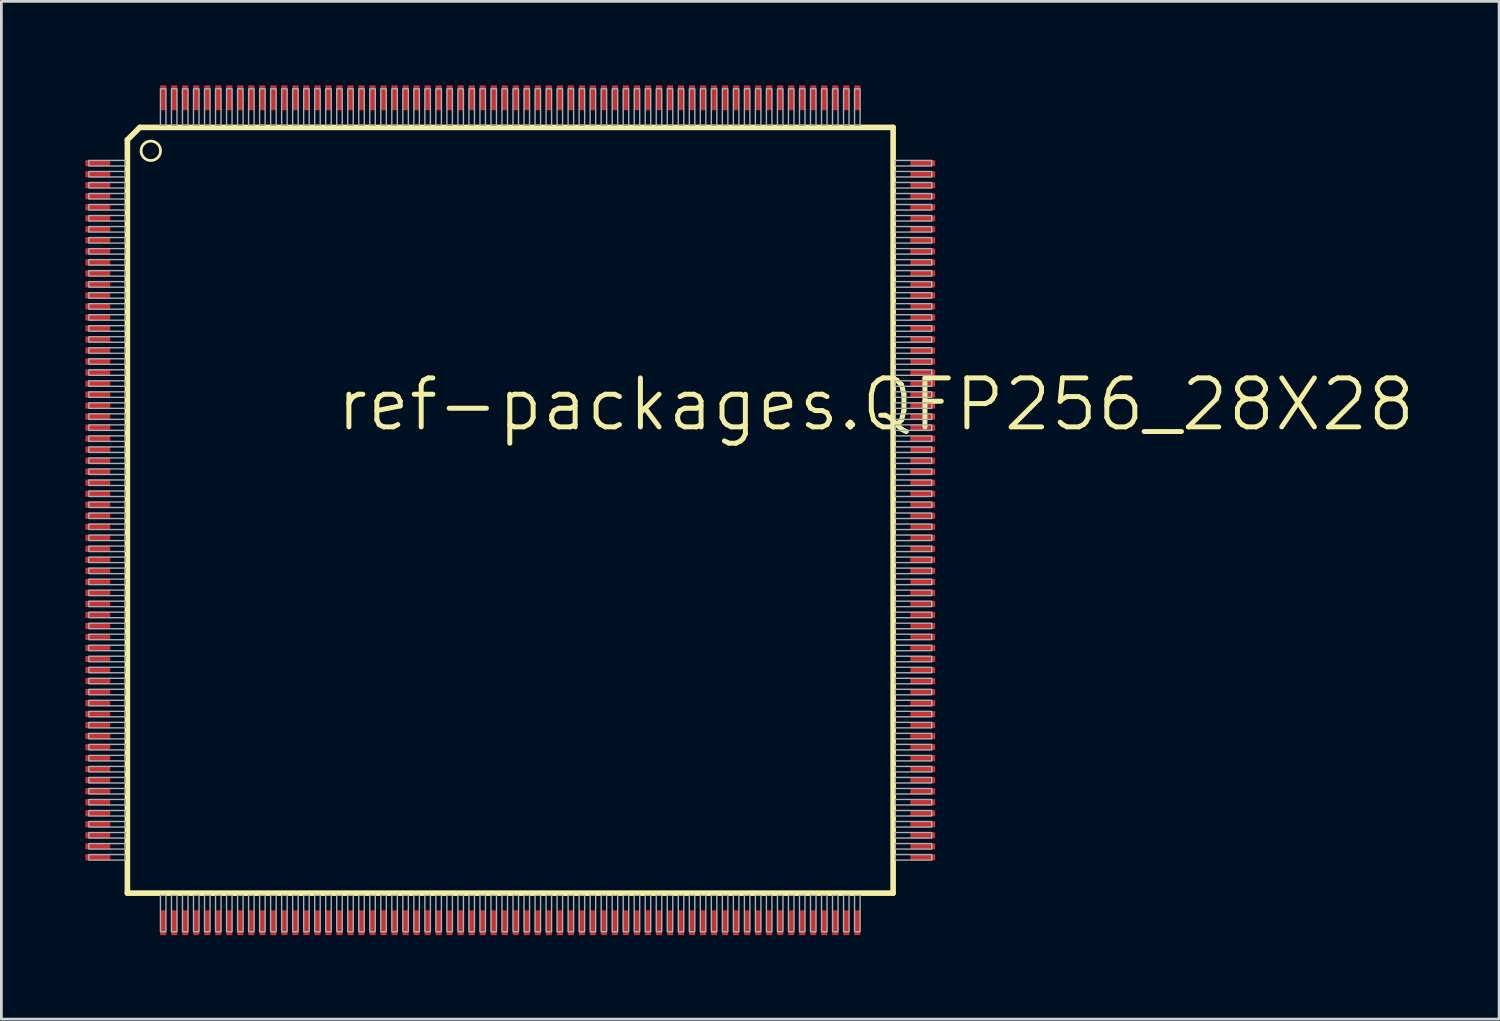
<source format=kicad_pcb>
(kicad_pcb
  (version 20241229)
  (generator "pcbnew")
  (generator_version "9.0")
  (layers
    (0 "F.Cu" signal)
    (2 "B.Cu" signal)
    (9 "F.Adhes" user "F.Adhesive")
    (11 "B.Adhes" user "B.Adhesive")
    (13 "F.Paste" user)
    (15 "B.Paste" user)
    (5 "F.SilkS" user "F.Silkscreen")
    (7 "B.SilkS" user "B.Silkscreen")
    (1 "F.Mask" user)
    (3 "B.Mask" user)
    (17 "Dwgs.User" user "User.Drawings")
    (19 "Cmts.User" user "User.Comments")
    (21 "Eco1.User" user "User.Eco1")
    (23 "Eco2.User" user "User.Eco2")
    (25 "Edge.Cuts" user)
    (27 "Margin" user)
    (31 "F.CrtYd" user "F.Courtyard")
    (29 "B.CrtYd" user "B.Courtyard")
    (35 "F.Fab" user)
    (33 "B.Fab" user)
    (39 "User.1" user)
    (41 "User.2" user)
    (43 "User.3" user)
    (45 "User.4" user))
  (footprint "ref-packages.QFP256_28X28"
    (layer "F.Cu")
    (at 15.475 15.475)
    (property "Reference" "ref-packages.QFP256_28X28" (at -6.4 -2.8 0) (layer "F.SilkS") (effects (font (size 1.778 1.778) (thickness 0.18)) (justify left bottom)))
    (attr smd)
    (fp_rect (start -15.45 -12.475) (end -14.5 -12.725) (stroke (width 0.05) (type default)) (fill yes) (layer "F.Mask"))
    (fp_rect (start -15.45 -12.075) (end -14.5 -12.325) (stroke (width 0.05) (type default)) (fill yes) (layer "F.Mask"))
    (fp_rect (start -15.45 -11.675) (end -14.5 -11.925) (stroke (width 0.05) (type default)) (fill yes) (layer "F.Mask"))
    (fp_rect (start -15.45 -11.275) (end -14.5 -11.525) (stroke (width 0.05) (type default)) (fill yes) (layer "F.Mask"))
    (fp_rect (start -15.45 -10.875) (end -14.5 -11.125) (stroke (width 0.05) (type default)) (fill yes) (layer "F.Mask"))
    (fp_rect (start -15.45 -10.475) (end -14.5 -10.725) (stroke (width 0.05) (type default)) (fill yes) (layer "F.Mask"))
    (fp_rect (start -15.45 -10.075) (end -14.5 -10.325) (stroke (width 0.05) (type default)) (fill yes) (layer "F.Mask"))
    (fp_rect (start -15.45 -9.675) (end -14.5 -9.925) (stroke (width 0.05) (type default)) (fill yes) (layer "F.Mask"))
    (fp_rect (start -15.45 -9.275) (end -14.5 -9.525) (stroke (width 0.05) (type default)) (fill yes) (layer "F.Mask"))
    (fp_rect (start -15.45 -8.875) (end -14.5 -9.125) (stroke (width 0.05) (type default)) (fill yes) (layer "F.Mask"))
    (fp_rect (start -15.45 -8.475) (end -14.5 -8.725) (stroke (width 0.05) (type default)) (fill yes) (layer "F.Mask"))
    (fp_rect (start -15.45 -8.075) (end -14.5 -8.325) (stroke (width 0.05) (type default)) (fill yes) (layer "F.Mask"))
    (fp_rect (start -15.45 -7.675) (end -14.5 -7.925) (stroke (width 0.05) (type default)) (fill yes) (layer "F.Mask"))
    (fp_rect (start -15.45 -7.275) (end -14.5 -7.525) (stroke (width 0.05) (type default)) (fill yes) (layer "F.Mask"))
    (fp_rect (start -15.45 -6.875) (end -14.5 -7.125) (stroke (width 0.05) (type default)) (fill yes) (layer "F.Mask"))
    (fp_rect (start -15.45 -6.475) (end -14.5 -6.725) (stroke (width 0.05) (type default)) (fill yes) (layer "F.Mask"))
    (fp_rect (start -15.45 -6.075) (end -14.5 -6.325) (stroke (width 0.05) (type default)) (fill yes) (layer "F.Mask"))
    (fp_rect (start -15.45 -5.675) (end -14.5 -5.925) (stroke (width 0.05) (type default)) (fill yes) (layer "F.Mask"))
    (fp_rect (start -15.45 -5.275) (end -14.5 -5.525) (stroke (width 0.05) (type default)) (fill yes) (layer "F.Mask"))
    (fp_rect (start -15.45 -4.875) (end -14.5 -5.125) (stroke (width 0.05) (type default)) (fill yes) (layer "F.Mask"))
    (fp_rect (start -15.45 -4.475) (end -14.5 -4.725) (stroke (width 0.05) (type default)) (fill yes) (layer "F.Mask"))
    (fp_rect (start -15.45 -4.075) (end -14.5 -4.325) (stroke (width 0.05) (type default)) (fill yes) (layer "F.Mask"))
    (fp_rect (start -15.45 -3.675) (end -14.5 -3.925) (stroke (width 0.05) (type default)) (fill yes) (layer "F.Mask"))
    (fp_rect (start -15.45 -3.275) (end -14.5 -3.525) (stroke (width 0.05) (type default)) (fill yes) (layer "F.Mask"))
    (fp_rect (start -15.45 -2.875) (end -14.5 -3.125) (stroke (width 0.05) (type default)) (fill yes) (layer "F.Mask"))
    (fp_rect (start -15.45 -2.475) (end -14.5 -2.725) (stroke (width 0.05) (type default)) (fill yes) (layer "F.Mask"))
    (fp_rect (start -15.45 -2.075) (end -14.5 -2.325) (stroke (width 0.05) (type default)) (fill yes) (layer "F.Mask"))
    (fp_rect (start -15.45 -1.675) (end -14.5 -1.925) (stroke (width 0.05) (type default)) (fill yes) (layer "F.Mask"))
    (fp_rect (start -15.45 -1.275) (end -14.5 -1.525) (stroke (width 0.05) (type default)) (fill yes) (layer "F.Mask"))
    (fp_rect (start -15.45 -0.875) (end -14.5 -1.125) (stroke (width 0.05) (type default)) (fill yes) (layer "F.Mask"))
    (fp_rect (start -15.45 -0.475) (end -14.5 -0.725) (stroke (width 0.05) (type default)) (fill yes) (layer "F.Mask"))
    (fp_rect (start -15.45 -0.075) (end -14.5 -0.325) (stroke (width 0.05) (type default)) (fill yes) (layer "F.Mask"))
    (fp_rect (start -15.45 0.325) (end -14.5 0.075) (stroke (width 0.05) (type default)) (fill yes) (layer "F.Mask"))
    (fp_rect (start -15.45 0.725) (end -14.5 0.475) (stroke (width 0.05) (type default)) (fill yes) (layer "F.Mask"))
    (fp_rect (start -15.45 1.125) (end -14.5 0.875) (stroke (width 0.05) (type default)) (fill yes) (layer "F.Mask"))
    (fp_rect (start -15.45 1.525) (end -14.5 1.275) (stroke (width 0.05) (type default)) (fill yes) (layer "F.Mask"))
    (fp_rect (start -15.45 1.925) (end -14.5 1.675) (stroke (width 0.05) (type default)) (fill yes) (layer "F.Mask"))
    (fp_rect (start -15.45 2.325) (end -14.5 2.075) (stroke (width 0.05) (type default)) (fill yes) (layer "F.Mask"))
    (fp_rect (start -15.45 2.725) (end -14.5 2.475) (stroke (width 0.05) (type default)) (fill yes) (layer "F.Mask"))
    (fp_rect (start -15.45 3.125) (end -14.5 2.875) (stroke (width 0.05) (type default)) (fill yes) (layer "F.Mask"))
    (fp_rect (start -15.45 3.525) (end -14.5 3.275) (stroke (width 0.05) (type default)) (fill yes) (layer "F.Mask"))
    (fp_rect (start -15.45 3.925) (end -14.5 3.675) (stroke (width 0.05) (type default)) (fill yes) (layer "F.Mask"))
    (fp_rect (start -15.45 4.325) (end -14.5 4.075) (stroke (width 0.05) (type default)) (fill yes) (layer "F.Mask"))
    (fp_rect (start -15.45 4.725) (end -14.5 4.475) (stroke (width 0.05) (type default)) (fill yes) (layer "F.Mask"))
    (fp_rect (start -15.45 5.125) (end -14.5 4.875) (stroke (width 0.05) (type default)) (fill yes) (layer "F.Mask"))
    (fp_rect (start -15.45 5.525) (end -14.5 5.275) (stroke (width 0.05) (type default)) (fill yes) (layer "F.Mask"))
    (fp_rect (start -15.45 5.925) (end -14.5 5.675) (stroke (width 0.05) (type default)) (fill yes) (layer "F.Mask"))
    (fp_rect (start -15.45 6.325) (end -14.5 6.075) (stroke (width 0.05) (type default)) (fill yes) (layer "F.Mask"))
    (fp_rect (start -15.45 6.725) (end -14.5 6.475) (stroke (width 0.05) (type default)) (fill yes) (layer "F.Mask"))
    (fp_rect (start -15.45 7.125) (end -14.5 6.875) (stroke (width 0.05) (type default)) (fill yes) (layer "F.Mask"))
    (fp_rect (start -15.45 7.525) (end -14.5 7.275) (stroke (width 0.05) (type default)) (fill yes) (layer "F.Mask"))
    (fp_rect (start -15.45 7.925) (end -14.5 7.675) (stroke (width 0.05) (type default)) (fill yes) (layer "F.Mask"))
    (fp_rect (start -15.45 8.325) (end -14.5 8.075) (stroke (width 0.05) (type default)) (fill yes) (layer "F.Mask"))
    (fp_rect (start -15.45 8.725) (end -14.5 8.475) (stroke (width 0.05) (type default)) (fill yes) (layer "F.Mask"))
    (fp_rect (start -15.45 9.125) (end -14.5 8.875) (stroke (width 0.05) (type default)) (fill yes) (layer "F.Mask"))
    (fp_rect (start -15.45 9.525) (end -14.5 9.275) (stroke (width 0.05) (type default)) (fill yes) (layer "F.Mask"))
    (fp_rect (start -15.45 9.925) (end -14.5 9.675) (stroke (width 0.05) (type default)) (fill yes) (layer "F.Mask"))
    (fp_rect (start -15.45 10.325) (end -14.5 10.075) (stroke (width 0.05) (type default)) (fill yes) (layer "F.Mask"))
    (fp_rect (start -15.45 10.725) (end -14.5 10.475) (stroke (width 0.05) (type default)) (fill yes) (layer "F.Mask"))
    (fp_rect (start -15.45 11.125) (end -14.5 10.875) (stroke (width 0.05) (type default)) (fill yes) (layer "F.Mask"))
    (fp_rect (start -15.45 11.525) (end -14.5 11.275) (stroke (width 0.05) (type default)) (fill yes) (layer "F.Mask"))
    (fp_rect (start -15.45 11.925) (end -14.5 11.675) (stroke (width 0.05) (type default)) (fill yes) (layer "F.Mask"))
    (fp_rect (start -15.45 12.325) (end -14.5 12.075) (stroke (width 0.05) (type default)) (fill yes) (layer "F.Mask"))
    (fp_rect (start -15.45 12.725) (end -14.5 12.475) (stroke (width 0.05) (type default)) (fill yes) (layer "F.Mask"))
    (fp_rect (start -12.725 -14.5) (end -12.475 -15.45) (stroke (width 0.05) (type default)) (fill yes) (layer "F.Mask"))
    (fp_rect (start -12.725 15.45) (end -12.475 14.5) (stroke (width 0.05) (type default)) (fill yes) (layer "F.Mask"))
    (fp_rect (start -12.325 -14.5) (end -12.075 -15.45) (stroke (width 0.05) (type default)) (fill yes) (layer "F.Mask"))
    (fp_rect (start -12.325 15.45) (end -12.075 14.5) (stroke (width 0.05) (type default)) (fill yes) (layer "F.Mask"))
    (fp_rect (start -11.925 -14.5) (end -11.675 -15.45) (stroke (width 0.05) (type default)) (fill yes) (layer "F.Mask"))
    (fp_rect (start -11.925 15.45) (end -11.675 14.5) (stroke (width 0.05) (type default)) (fill yes) (layer "F.Mask"))
    (fp_rect (start -11.525 -14.5) (end -11.275 -15.45) (stroke (width 0.05) (type default)) (fill yes) (layer "F.Mask"))
    (fp_rect (start -11.525 15.45) (end -11.275 14.5) (stroke (width 0.05) (type default)) (fill yes) (layer "F.Mask"))
    (fp_rect (start -11.125 -14.5) (end -10.875 -15.45) (stroke (width 0.05) (type default)) (fill yes) (layer "F.Mask"))
    (fp_rect (start -11.125 15.45) (end -10.875 14.5) (stroke (width 0.05) (type default)) (fill yes) (layer "F.Mask"))
    (fp_rect (start -10.725 -14.5) (end -10.475 -15.45) (stroke (width 0.05) (type default)) (fill yes) (layer "F.Mask"))
    (fp_rect (start -10.725 15.45) (end -10.475 14.5) (stroke (width 0.05) (type default)) (fill yes) (layer "F.Mask"))
    (fp_rect (start -10.325 -14.5) (end -10.075 -15.45) (stroke (width 0.05) (type default)) (fill yes) (layer "F.Mask"))
    (fp_rect (start -10.325 15.45) (end -10.075 14.5) (stroke (width 0.05) (type default)) (fill yes) (layer "F.Mask"))
    (fp_rect (start -9.925 -14.5) (end -9.675 -15.45) (stroke (width 0.05) (type default)) (fill yes) (layer "F.Mask"))
    (fp_rect (start -9.925 15.45) (end -9.675 14.5) (stroke (width 0.05) (type default)) (fill yes) (layer "F.Mask"))
    (fp_rect (start -9.525 -14.5) (end -9.275 -15.45) (stroke (width 0.05) (type default)) (fill yes) (layer "F.Mask"))
    (fp_rect (start -9.525 15.45) (end -9.275 14.5) (stroke (width 0.05) (type default)) (fill yes) (layer "F.Mask"))
    (fp_rect (start -9.125 -14.5) (end -8.875 -15.45) (stroke (width 0.05) (type default)) (fill yes) (layer "F.Mask"))
    (fp_rect (start -9.125 15.45) (end -8.875 14.5) (stroke (width 0.05) (type default)) (fill yes) (layer "F.Mask"))
    (fp_rect (start -8.725 -14.5) (end -8.475 -15.45) (stroke (width 0.05) (type default)) (fill yes) (layer "F.Mask"))
    (fp_rect (start -8.725 15.45) (end -8.475 14.5) (stroke (width 0.05) (type default)) (fill yes) (layer "F.Mask"))
    (fp_rect (start -8.325 -14.5) (end -8.075 -15.45) (stroke (width 0.05) (type default)) (fill yes) (layer "F.Mask"))
    (fp_rect (start -8.325 15.45) (end -8.075 14.5) (stroke (width 0.05) (type default)) (fill yes) (layer "F.Mask"))
    (fp_rect (start -7.925 -14.5) (end -7.675 -15.45) (stroke (width 0.05) (type default)) (fill yes) (layer "F.Mask"))
    (fp_rect (start -7.925 15.45) (end -7.675 14.5) (stroke (width 0.05) (type default)) (fill yes) (layer "F.Mask"))
    (fp_rect (start -7.525 -14.5) (end -7.275 -15.45) (stroke (width 0.05) (type default)) (fill yes) (layer "F.Mask"))
    (fp_rect (start -7.525 15.45) (end -7.275 14.5) (stroke (width 0.05) (type default)) (fill yes) (layer "F.Mask"))
    (fp_rect (start -7.125 -14.5) (end -6.875 -15.45) (stroke (width 0.05) (type default)) (fill yes) (layer "F.Mask"))
    (fp_rect (start -7.125 15.45) (end -6.875 14.5) (stroke (width 0.05) (type default)) (fill yes) (layer "F.Mask"))
    (fp_rect (start -6.725 -14.5) (end -6.475 -15.45) (stroke (width 0.05) (type default)) (fill yes) (layer "F.Mask"))
    (fp_rect (start -6.725 15.45) (end -6.475 14.5) (stroke (width 0.05) (type default)) (fill yes) (layer "F.Mask"))
    (fp_rect (start -6.325 -14.5) (end -6.075 -15.45) (stroke (width 0.05) (type default)) (fill yes) (layer "F.Mask"))
    (fp_rect (start -6.325 15.45) (end -6.075 14.5) (stroke (width 0.05) (type default)) (fill yes) (layer "F.Mask"))
    (fp_rect (start -5.925 -14.5) (end -5.675 -15.45) (stroke (width 0.05) (type default)) (fill yes) (layer "F.Mask"))
    (fp_rect (start -5.925 15.45) (end -5.675 14.5) (stroke (width 0.05) (type default)) (fill yes) (layer "F.Mask"))
    (fp_rect (start -5.525 -14.5) (end -5.275 -15.45) (stroke (width 0.05) (type default)) (fill yes) (layer "F.Mask"))
    (fp_rect (start -5.525 15.45) (end -5.275 14.5) (stroke (width 0.05) (type default)) (fill yes) (layer "F.Mask"))
    (fp_rect (start -5.125 -14.5) (end -4.875 -15.45) (stroke (width 0.05) (type default)) (fill yes) (layer "F.Mask"))
    (fp_rect (start -5.125 15.45) (end -4.875 14.5) (stroke (width 0.05) (type default)) (fill yes) (layer "F.Mask"))
    (fp_rect (start -4.725 -14.5) (end -4.475 -15.45) (stroke (width 0.05) (type default)) (fill yes) (layer "F.Mask"))
    (fp_rect (start -4.725 15.45) (end -4.475 14.5) (stroke (width 0.05) (type default)) (fill yes) (layer "F.Mask"))
    (fp_rect (start -4.325 -14.5) (end -4.075 -15.45) (stroke (width 0.05) (type default)) (fill yes) (layer "F.Mask"))
    (fp_rect (start -4.325 15.45) (end -4.075 14.5) (stroke (width 0.05) (type default)) (fill yes) (layer "F.Mask"))
    (fp_rect (start -3.925 -14.5) (end -3.675 -15.45) (stroke (width 0.05) (type default)) (fill yes) (layer "F.Mask"))
    (fp_rect (start -3.925 15.45) (end -3.675 14.5) (stroke (width 0.05) (type default)) (fill yes) (layer "F.Mask"))
    (fp_rect (start -3.525 -14.5) (end -3.275 -15.45) (stroke (width 0.05) (type default)) (fill yes) (layer "F.Mask"))
    (fp_rect (start -3.525 15.45) (end -3.275 14.5) (stroke (width 0.05) (type default)) (fill yes) (layer "F.Mask"))
    (fp_rect (start -3.125 -14.5) (end -2.875 -15.45) (stroke (width 0.05) (type default)) (fill yes) (layer "F.Mask"))
    (fp_rect (start -3.125 15.45) (end -2.875 14.5) (stroke (width 0.05) (type default)) (fill yes) (layer "F.Mask"))
    (fp_rect (start -2.725 -14.5) (end -2.475 -15.45) (stroke (width 0.05) (type default)) (fill yes) (layer "F.Mask"))
    (fp_rect (start -2.725 15.45) (end -2.475 14.5) (stroke (width 0.05) (type default)) (fill yes) (layer "F.Mask"))
    (fp_rect (start -2.325 -14.5) (end -2.075 -15.45) (stroke (width 0.05) (type default)) (fill yes) (layer "F.Mask"))
    (fp_rect (start -2.325 15.45) (end -2.075 14.5) (stroke (width 0.05) (type default)) (fill yes) (layer "F.Mask"))
    (fp_rect (start -1.925 -14.5) (end -1.675 -15.45) (stroke (width 0.05) (type default)) (fill yes) (layer "F.Mask"))
    (fp_rect (start -1.925 15.45) (end -1.675 14.5) (stroke (width 0.05) (type default)) (fill yes) (layer "F.Mask"))
    (fp_rect (start -1.525 -14.5) (end -1.275 -15.45) (stroke (width 0.05) (type default)) (fill yes) (layer "F.Mask"))
    (fp_rect (start -1.525 15.45) (end -1.275 14.5) (stroke (width 0.05) (type default)) (fill yes) (layer "F.Mask"))
    (fp_rect (start -1.125 -14.5) (end -0.875 -15.45) (stroke (width 0.05) (type default)) (fill yes) (layer "F.Mask"))
    (fp_rect (start -1.125 15.45) (end -0.875 14.5) (stroke (width 0.05) (type default)) (fill yes) (layer "F.Mask"))
    (fp_rect (start -0.725 -14.5) (end -0.475 -15.45) (stroke (width 0.05) (type default)) (fill yes) (layer "F.Mask"))
    (fp_rect (start -0.725 15.45) (end -0.475 14.5) (stroke (width 0.05) (type default)) (fill yes) (layer "F.Mask"))
    (fp_rect (start -0.325 -14.5) (end -0.075 -15.45) (stroke (width 0.05) (type default)) (fill yes) (layer "F.Mask"))
    (fp_rect (start -0.325 15.45) (end -0.075 14.5) (stroke (width 0.05) (type default)) (fill yes) (layer "F.Mask"))
    (fp_rect (start 0.075 -14.5) (end 0.325 -15.45) (stroke (width 0.05) (type default)) (fill yes) (layer "F.Mask"))
    (fp_rect (start 0.075 15.45) (end 0.325 14.5) (stroke (width 0.05) (type default)) (fill yes) (layer "F.Mask"))
    (fp_rect (start 0.475 -14.5) (end 0.725 -15.45) (stroke (width 0.05) (type default)) (fill yes) (layer "F.Mask"))
    (fp_rect (start 0.475 15.45) (end 0.725 14.5) (stroke (width 0.05) (type default)) (fill yes) (layer "F.Mask"))
    (fp_rect (start 0.875 -14.5) (end 1.125 -15.45) (stroke (width 0.05) (type default)) (fill yes) (layer "F.Mask"))
    (fp_rect (start 0.875 15.45) (end 1.125 14.5) (stroke (width 0.05) (type default)) (fill yes) (layer "F.Mask"))
    (fp_rect (start 1.275 -14.5) (end 1.525 -15.45) (stroke (width 0.05) (type default)) (fill yes) (layer "F.Mask"))
    (fp_rect (start 1.275 15.45) (end 1.525 14.5) (stroke (width 0.05) (type default)) (fill yes) (layer "F.Mask"))
    (fp_rect (start 1.675 -14.5) (end 1.925 -15.45) (stroke (width 0.05) (type default)) (fill yes) (layer "F.Mask"))
    (fp_rect (start 1.675 15.45) (end 1.925 14.5) (stroke (width 0.05) (type default)) (fill yes) (layer "F.Mask"))
    (fp_rect (start 2.075 -14.5) (end 2.325 -15.45) (stroke (width 0.05) (type default)) (fill yes) (layer "F.Mask"))
    (fp_rect (start 2.075 15.45) (end 2.325 14.5) (stroke (width 0.05) (type default)) (fill yes) (layer "F.Mask"))
    (fp_rect (start 2.475 -14.5) (end 2.725 -15.45) (stroke (width 0.05) (type default)) (fill yes) (layer "F.Mask"))
    (fp_rect (start 2.475 15.45) (end 2.725 14.5) (stroke (width 0.05) (type default)) (fill yes) (layer "F.Mask"))
    (fp_rect (start 2.875 -14.5) (end 3.125 -15.45) (stroke (width 0.05) (type default)) (fill yes) (layer "F.Mask"))
    (fp_rect (start 2.875 15.45) (end 3.125 14.5) (stroke (width 0.05) (type default)) (fill yes) (layer "F.Mask"))
    (fp_rect (start 3.275 -14.5) (end 3.525 -15.45) (stroke (width 0.05) (type default)) (fill yes) (layer "F.Mask"))
    (fp_rect (start 3.275 15.45) (end 3.525 14.5) (stroke (width 0.05) (type default)) (fill yes) (layer "F.Mask"))
    (fp_rect (start 3.675 -14.5) (end 3.925 -15.45) (stroke (width 0.05) (type default)) (fill yes) (layer "F.Mask"))
    (fp_rect (start 3.675 15.45) (end 3.925 14.5) (stroke (width 0.05) (type default)) (fill yes) (layer "F.Mask"))
    (fp_rect (start 4.075 -14.5) (end 4.325 -15.45) (stroke (width 0.05) (type default)) (fill yes) (layer "F.Mask"))
    (fp_rect (start 4.075 15.45) (end 4.325 14.5) (stroke (width 0.05) (type default)) (fill yes) (layer "F.Mask"))
    (fp_rect (start 4.475 -14.5) (end 4.725 -15.45) (stroke (width 0.05) (type default)) (fill yes) (layer "F.Mask"))
    (fp_rect (start 4.475 15.45) (end 4.725 14.5) (stroke (width 0.05) (type default)) (fill yes) (layer "F.Mask"))
    (fp_rect (start 4.875 -14.5) (end 5.125 -15.45) (stroke (width 0.05) (type default)) (fill yes) (layer "F.Mask"))
    (fp_rect (start 4.875 15.45) (end 5.125 14.5) (stroke (width 0.05) (type default)) (fill yes) (layer "F.Mask"))
    (fp_rect (start 5.275 -14.5) (end 5.525 -15.45) (stroke (width 0.05) (type default)) (fill yes) (layer "F.Mask"))
    (fp_rect (start 5.275 15.45) (end 5.525 14.5) (stroke (width 0.05) (type default)) (fill yes) (layer "F.Mask"))
    (fp_rect (start 5.675 -14.5) (end 5.925 -15.45) (stroke (width 0.05) (type default)) (fill yes) (layer "F.Mask"))
    (fp_rect (start 5.675 15.45) (end 5.925 14.5) (stroke (width 0.05) (type default)) (fill yes) (layer "F.Mask"))
    (fp_rect (start 6.075 -14.5) (end 6.325 -15.45) (stroke (width 0.05) (type default)) (fill yes) (layer "F.Mask"))
    (fp_rect (start 6.075 15.45) (end 6.325 14.5) (stroke (width 0.05) (type default)) (fill yes) (layer "F.Mask"))
    (fp_rect (start 6.475 -14.5) (end 6.725 -15.45) (stroke (width 0.05) (type default)) (fill yes) (layer "F.Mask"))
    (fp_rect (start 6.475 15.45) (end 6.725 14.5) (stroke (width 0.05) (type default)) (fill yes) (layer "F.Mask"))
    (fp_rect (start 6.875 -14.5) (end 7.125 -15.45) (stroke (width 0.05) (type default)) (fill yes) (layer "F.Mask"))
    (fp_rect (start 6.875 15.45) (end 7.125 14.5) (stroke (width 0.05) (type default)) (fill yes) (layer "F.Mask"))
    (fp_rect (start 7.275 -14.5) (end 7.525 -15.45) (stroke (width 0.05) (type default)) (fill yes) (layer "F.Mask"))
    (fp_rect (start 7.275 15.45) (end 7.525 14.5) (stroke (width 0.05) (type default)) (fill yes) (layer "F.Mask"))
    (fp_rect (start 7.675 -14.5) (end 7.925 -15.45) (stroke (width 0.05) (type default)) (fill yes) (layer "F.Mask"))
    (fp_rect (start 7.675 15.45) (end 7.925 14.5) (stroke (width 0.05) (type default)) (fill yes) (layer "F.Mask"))
    (fp_rect (start 8.075 -14.5) (end 8.325 -15.45) (stroke (width 0.05) (type default)) (fill yes) (layer "F.Mask"))
    (fp_rect (start 8.075 15.45) (end 8.325 14.5) (stroke (width 0.05) (type default)) (fill yes) (layer "F.Mask"))
    (fp_rect (start 8.475 -14.5) (end 8.725 -15.45) (stroke (width 0.05) (type default)) (fill yes) (layer "F.Mask"))
    (fp_rect (start 8.475 15.45) (end 8.725 14.5) (stroke (width 0.05) (type default)) (fill yes) (layer "F.Mask"))
    (fp_rect (start 8.875 -14.5) (end 9.125 -15.45) (stroke (width 0.05) (type default)) (fill yes) (layer "F.Mask"))
    (fp_rect (start 8.875 15.45) (end 9.125 14.5) (stroke (width 0.05) (type default)) (fill yes) (layer "F.Mask"))
    (fp_rect (start 9.275 -14.5) (end 9.525 -15.45) (stroke (width 0.05) (type default)) (fill yes) (layer "F.Mask"))
    (fp_rect (start 9.275 15.45) (end 9.525 14.5) (stroke (width 0.05) (type default)) (fill yes) (layer "F.Mask"))
    (fp_rect (start 9.675 -14.5) (end 9.925 -15.45) (stroke (width 0.05) (type default)) (fill yes) (layer "F.Mask"))
    (fp_rect (start 9.675 15.45) (end 9.925 14.5) (stroke (width 0.05) (type default)) (fill yes) (layer "F.Mask"))
    (fp_rect (start 10.075 -14.5) (end 10.325 -15.45) (stroke (width 0.05) (type default)) (fill yes) (layer "F.Mask"))
    (fp_rect (start 10.075 15.45) (end 10.325 14.5) (stroke (width 0.05) (type default)) (fill yes) (layer "F.Mask"))
    (fp_rect (start 10.475 -14.5) (end 10.725 -15.45) (stroke (width 0.05) (type default)) (fill yes) (layer "F.Mask"))
    (fp_rect (start 10.475 15.45) (end 10.725 14.5) (stroke (width 0.05) (type default)) (fill yes) (layer "F.Mask"))
    (fp_rect (start 10.875 -14.5) (end 11.125 -15.45) (stroke (width 0.05) (type default)) (fill yes) (layer "F.Mask"))
    (fp_rect (start 10.875 15.45) (end 11.125 14.5) (stroke (width 0.05) (type default)) (fill yes) (layer "F.Mask"))
    (fp_rect (start 11.275 -14.5) (end 11.525 -15.45) (stroke (width 0.05) (type default)) (fill yes) (layer "F.Mask"))
    (fp_rect (start 11.275 15.45) (end 11.525 14.5) (stroke (width 0.05) (type default)) (fill yes) (layer "F.Mask"))
    (fp_rect (start 11.675 -14.5) (end 11.925 -15.45) (stroke (width 0.05) (type default)) (fill yes) (layer "F.Mask"))
    (fp_rect (start 11.675 15.45) (end 11.925 14.5) (stroke (width 0.05) (type default)) (fill yes) (layer "F.Mask"))
    (fp_rect (start 12.075 -14.5) (end 12.325 -15.45) (stroke (width 0.05) (type default)) (fill yes) (layer "F.Mask"))
    (fp_rect (start 12.075 15.45) (end 12.325 14.5) (stroke (width 0.05) (type default)) (fill yes) (layer "F.Mask"))
    (fp_rect (start 12.475 -14.5) (end 12.725 -15.45) (stroke (width 0.05) (type default)) (fill yes) (layer "F.Mask"))
    (fp_rect (start 12.475 15.45) (end 12.725 14.5) (stroke (width 0.05) (type default)) (fill yes) (layer "F.Mask"))
    (fp_rect (start 14.5 -12.475) (end 15.45 -12.725) (stroke (width 0.05) (type default)) (fill yes) (layer "F.Mask"))
    (fp_rect (start 14.5 -12.075) (end 15.45 -12.325) (stroke (width 0.05) (type default)) (fill yes) (layer "F.Mask"))
    (fp_rect (start 14.5 -11.675) (end 15.45 -11.925) (stroke (width 0.05) (type default)) (fill yes) (layer "F.Mask"))
    (fp_rect (start 14.5 -11.275) (end 15.45 -11.525) (stroke (width 0.05) (type default)) (fill yes) (layer "F.Mask"))
    (fp_rect (start 14.5 -10.875) (end 15.45 -11.125) (stroke (width 0.05) (type default)) (fill yes) (layer "F.Mask"))
    (fp_rect (start 14.5 -10.475) (end 15.45 -10.725) (stroke (width 0.05) (type default)) (fill yes) (layer "F.Mask"))
    (fp_rect (start 14.5 -10.075) (end 15.45 -10.325) (stroke (width 0.05) (type default)) (fill yes) (layer "F.Mask"))
    (fp_rect (start 14.5 -9.675) (end 15.45 -9.925) (stroke (width 0.05) (type default)) (fill yes) (layer "F.Mask"))
    (fp_rect (start 14.5 -9.275) (end 15.45 -9.525) (stroke (width 0.05) (type default)) (fill yes) (layer "F.Mask"))
    (fp_rect (start 14.5 -8.875) (end 15.45 -9.125) (stroke (width 0.05) (type default)) (fill yes) (layer "F.Mask"))
    (fp_rect (start 14.5 -8.475) (end 15.45 -8.725) (stroke (width 0.05) (type default)) (fill yes) (layer "F.Mask"))
    (fp_rect (start 14.5 -8.075) (end 15.45 -8.325) (stroke (width 0.05) (type default)) (fill yes) (layer "F.Mask"))
    (fp_rect (start 14.5 -7.675) (end 15.45 -7.925) (stroke (width 0.05) (type default)) (fill yes) (layer "F.Mask"))
    (fp_rect (start 14.5 -7.275) (end 15.45 -7.525) (stroke (width 0.05) (type default)) (fill yes) (layer "F.Mask"))
    (fp_rect (start 14.5 -6.875) (end 15.45 -7.125) (stroke (width 0.05) (type default)) (fill yes) (layer "F.Mask"))
    (fp_rect (start 14.5 -6.475) (end 15.45 -6.725) (stroke (width 0.05) (type default)) (fill yes) (layer "F.Mask"))
    (fp_rect (start 14.5 -6.075) (end 15.45 -6.325) (stroke (width 0.05) (type default)) (fill yes) (layer "F.Mask"))
    (fp_rect (start 14.5 -5.675) (end 15.45 -5.925) (stroke (width 0.05) (type default)) (fill yes) (layer "F.Mask"))
    (fp_rect (start 14.5 -5.275) (end 15.45 -5.525) (stroke (width 0.05) (type default)) (fill yes) (layer "F.Mask"))
    (fp_rect (start 14.5 -4.875) (end 15.45 -5.125) (stroke (width 0.05) (type default)) (fill yes) (layer "F.Mask"))
    (fp_rect (start 14.5 -4.475) (end 15.45 -4.725) (stroke (width 0.05) (type default)) (fill yes) (layer "F.Mask"))
    (fp_rect (start 14.5 -4.075) (end 15.45 -4.325) (stroke (width 0.05) (type default)) (fill yes) (layer "F.Mask"))
    (fp_rect (start 14.5 -3.675) (end 15.45 -3.925) (stroke (width 0.05) (type default)) (fill yes) (layer "F.Mask"))
    (fp_rect (start 14.5 -3.275) (end 15.45 -3.525) (stroke (width 0.05) (type default)) (fill yes) (layer "F.Mask"))
    (fp_rect (start 14.5 -2.875) (end 15.45 -3.125) (stroke (width 0.05) (type default)) (fill yes) (layer "F.Mask"))
    (fp_rect (start 14.5 -2.475) (end 15.45 -2.725) (stroke (width 0.05) (type default)) (fill yes) (layer "F.Mask"))
    (fp_rect (start 14.5 -2.075) (end 15.45 -2.325) (stroke (width 0.05) (type default)) (fill yes) (layer "F.Mask"))
    (fp_rect (start 14.5 -1.675) (end 15.45 -1.925) (stroke (width 0.05) (type default)) (fill yes) (layer "F.Mask"))
    (fp_rect (start 14.5 -1.275) (end 15.45 -1.525) (stroke (width 0.05) (type default)) (fill yes) (layer "F.Mask"))
    (fp_rect (start 14.5 -0.875) (end 15.45 -1.125) (stroke (width 0.05) (type default)) (fill yes) (layer "F.Mask"))
    (fp_rect (start 14.5 -0.475) (end 15.45 -0.725) (stroke (width 0.05) (type default)) (fill yes) (layer "F.Mask"))
    (fp_rect (start 14.5 -0.075) (end 15.45 -0.325) (stroke (width 0.05) (type default)) (fill yes) (layer "F.Mask"))
    (fp_rect (start 14.5 0.325) (end 15.45 0.075) (stroke (width 0.05) (type default)) (fill yes) (layer "F.Mask"))
    (fp_rect (start 14.5 0.725) (end 15.45 0.475) (stroke (width 0.05) (type default)) (fill yes) (layer "F.Mask"))
    (fp_rect (start 14.5 1.125) (end 15.45 0.875) (stroke (width 0.05) (type default)) (fill yes) (layer "F.Mask"))
    (fp_rect (start 14.5 1.525) (end 15.45 1.275) (stroke (width 0.05) (type default)) (fill yes) (layer "F.Mask"))
    (fp_rect (start 14.5 1.925) (end 15.45 1.675) (stroke (width 0.05) (type default)) (fill yes) (layer "F.Mask"))
    (fp_rect (start 14.5 2.325) (end 15.45 2.075) (stroke (width 0.05) (type default)) (fill yes) (layer "F.Mask"))
    (fp_rect (start 14.5 2.725) (end 15.45 2.475) (stroke (width 0.05) (type default)) (fill yes) (layer "F.Mask"))
    (fp_rect (start 14.5 3.125) (end 15.45 2.875) (stroke (width 0.05) (type default)) (fill yes) (layer "F.Mask"))
    (fp_rect (start 14.5 3.525) (end 15.45 3.275) (stroke (width 0.05) (type default)) (fill yes) (layer "F.Mask"))
    (fp_rect (start 14.5 3.925) (end 15.45 3.675) (stroke (width 0.05) (type default)) (fill yes) (layer "F.Mask"))
    (fp_rect (start 14.5 4.325) (end 15.45 4.075) (stroke (width 0.05) (type default)) (fill yes) (layer "F.Mask"))
    (fp_rect (start 14.5 4.725) (end 15.45 4.475) (stroke (width 0.05) (type default)) (fill yes) (layer "F.Mask"))
    (fp_rect (start 14.5 5.125) (end 15.45 4.875) (stroke (width 0.05) (type default)) (fill yes) (layer "F.Mask"))
    (fp_rect (start 14.5 5.525) (end 15.45 5.275) (stroke (width 0.05) (type default)) (fill yes) (layer "F.Mask"))
    (fp_rect (start 14.5 5.925) (end 15.45 5.675) (stroke (width 0.05) (type default)) (fill yes) (layer "F.Mask"))
    (fp_rect (start 14.5 6.325) (end 15.45 6.075) (stroke (width 0.05) (type default)) (fill yes) (layer "F.Mask"))
    (fp_rect (start 14.5 6.725) (end 15.45 6.475) (stroke (width 0.05) (type default)) (fill yes) (layer "F.Mask"))
    (fp_rect (start 14.5 7.125) (end 15.45 6.875) (stroke (width 0.05) (type default)) (fill yes) (layer "F.Mask"))
    (fp_rect (start 14.5 7.525) (end 15.45 7.275) (stroke (width 0.05) (type default)) (fill yes) (layer "F.Mask"))
    (fp_rect (start 14.5 7.925) (end 15.45 7.675) (stroke (width 0.05) (type default)) (fill yes) (layer "F.Mask"))
    (fp_rect (start 14.5 8.325) (end 15.45 8.075) (stroke (width 0.05) (type default)) (fill yes) (layer "F.Mask"))
    (fp_rect (start 14.5 8.725) (end 15.45 8.475) (stroke (width 0.05) (type default)) (fill yes) (layer "F.Mask"))
    (fp_rect (start 14.5 9.125) (end 15.45 8.875) (stroke (width 0.05) (type default)) (fill yes) (layer "F.Mask"))
    (fp_rect (start 14.5 9.525) (end 15.45 9.275) (stroke (width 0.05) (type default)) (fill yes) (layer "F.Mask"))
    (fp_rect (start 14.5 9.925) (end 15.45 9.675) (stroke (width 0.05) (type default)) (fill yes) (layer "F.Mask"))
    (fp_rect (start 14.5 10.325) (end 15.45 10.075) (stroke (width 0.05) (type default)) (fill yes) (layer "F.Mask"))
    (fp_rect (start 14.5 10.725) (end 15.45 10.475) (stroke (width 0.05) (type default)) (fill yes) (layer "F.Mask"))
    (fp_rect (start 14.5 11.125) (end 15.45 10.875) (stroke (width 0.05) (type default)) (fill yes) (layer "F.Mask"))
    (fp_rect (start 14.5 11.525) (end 15.45 11.275) (stroke (width 0.05) (type default)) (fill yes) (layer "F.Mask"))
    (fp_rect (start 14.5 11.925) (end 15.45 11.675) (stroke (width 0.05) (type default)) (fill yes) (layer "F.Mask"))
    (fp_rect (start 14.5 12.325) (end 15.45 12.075) (stroke (width 0.05) (type default)) (fill yes) (layer "F.Mask"))
    (fp_rect (start 14.5 12.725) (end 15.45 12.475) (stroke (width 0.05) (type default)) (fill yes) (layer "F.Mask"))
    (fp_line (start -13.9 -13.45) (end -13.45 -13.9) (stroke (width 0.203) (type default)) (layer "F.SilkS"))
    (fp_line (start -13.9 13.9) (end -13.9 -13.45) (stroke (width 0.203) (type default)) (layer "F.SilkS"))
    (fp_line (start -13.45 -13.9) (end 13.9 -13.9) (stroke (width 0.203) (type default)) (layer "F.SilkS"))
    (fp_line (start 13.9 -13.9) (end 13.9 13.9) (stroke (width 0.203) (type default)) (layer "F.SilkS"))
    (fp_line (start 13.9 13.9) (end -13.9 13.9) (stroke (width 0.203) (type default)) (layer "F.SilkS"))
    (fp_circle (center -13.05 -13.05) (end -12.697 -13.05) (stroke (width 0.1) (type default)) (fill no) (layer "F.SilkS"))
    (fp_rect (start -15.3 -12.5) (end -13.975 -12.7) (stroke (width 0.05) (type default)) (fill no) (layer "F.Fab"))
    (fp_rect (start -15.3 -12.1) (end -13.975 -12.3) (stroke (width 0.05) (type default)) (fill no) (layer "F.Fab"))
    (fp_rect (start -15.3 -11.7) (end -13.975 -11.9) (stroke (width 0.05) (type default)) (fill no) (layer "F.Fab"))
    (fp_rect (start -15.3 -11.3) (end -13.975 -11.5) (stroke (width 0.05) (type default)) (fill no) (layer "F.Fab"))
    (fp_rect (start -15.3 -10.9) (end -13.975 -11.1) (stroke (width 0.05) (type default)) (fill no) (layer "F.Fab"))
    (fp_rect (start -15.3 -10.5) (end -13.975 -10.7) (stroke (width 0.05) (type default)) (fill no) (layer "F.Fab"))
    (fp_rect (start -15.3 -10.1) (end -13.975 -10.3) (stroke (width 0.05) (type default)) (fill no) (layer "F.Fab"))
    (fp_rect (start -15.3 -9.7) (end -13.975 -9.9) (stroke (width 0.05) (type default)) (fill no) (layer "F.Fab"))
    (fp_rect (start -15.3 -9.3) (end -13.975 -9.5) (stroke (width 0.05) (type default)) (fill no) (layer "F.Fab"))
    (fp_rect (start -15.3 -8.9) (end -13.975 -9.1) (stroke (width 0.05) (type default)) (fill no) (layer "F.Fab"))
    (fp_rect (start -15.3 -8.5) (end -13.975 -8.7) (stroke (width 0.05) (type default)) (fill no) (layer "F.Fab"))
    (fp_rect (start -15.3 -8.1) (end -13.975 -8.3) (stroke (width 0.05) (type default)) (fill no) (layer "F.Fab"))
    (fp_rect (start -15.3 -7.7) (end -13.975 -7.9) (stroke (width 0.05) (type default)) (fill no) (layer "F.Fab"))
    (fp_rect (start -15.3 -7.3) (end -13.975 -7.5) (stroke (width 0.05) (type default)) (fill no) (layer "F.Fab"))
    (fp_rect (start -15.3 -6.9) (end -13.975 -7.1) (stroke (width 0.05) (type default)) (fill no) (layer "F.Fab"))
    (fp_rect (start -15.3 -6.5) (end -13.975 -6.7) (stroke (width 0.05) (type default)) (fill no) (layer "F.Fab"))
    (fp_rect (start -15.3 -6.1) (end -13.975 -6.3) (stroke (width 0.05) (type default)) (fill no) (layer "F.Fab"))
    (fp_rect (start -15.3 -5.7) (end -13.975 -5.9) (stroke (width 0.05) (type default)) (fill no) (layer "F.Fab"))
    (fp_rect (start -15.3 -5.3) (end -13.975 -5.5) (stroke (width 0.05) (type default)) (fill no) (layer "F.Fab"))
    (fp_rect (start -15.3 -4.9) (end -13.975 -5.1) (stroke (width 0.05) (type default)) (fill no) (layer "F.Fab"))
    (fp_rect (start -15.3 -4.5) (end -13.975 -4.7) (stroke (width 0.05) (type default)) (fill no) (layer "F.Fab"))
    (fp_rect (start -15.3 -4.1) (end -13.975 -4.3) (stroke (width 0.05) (type default)) (fill no) (layer "F.Fab"))
    (fp_rect (start -15.3 -3.7) (end -13.975 -3.9) (stroke (width 0.05) (type default)) (fill no) (layer "F.Fab"))
    (fp_rect (start -15.3 -3.3) (end -13.975 -3.5) (stroke (width 0.05) (type default)) (fill no) (layer "F.Fab"))
    (fp_rect (start -15.3 -2.9) (end -13.975 -3.1) (stroke (width 0.05) (type default)) (fill no) (layer "F.Fab"))
    (fp_rect (start -15.3 -2.5) (end -13.975 -2.7) (stroke (width 0.05) (type default)) (fill no) (layer "F.Fab"))
    (fp_rect (start -15.3 -2.1) (end -13.975 -2.3) (stroke (width 0.05) (type default)) (fill no) (layer "F.Fab"))
    (fp_rect (start -15.3 -1.7) (end -13.975 -1.9) (stroke (width 0.05) (type default)) (fill no) (layer "F.Fab"))
    (fp_rect (start -15.3 -1.3) (end -13.975 -1.5) (stroke (width 0.05) (type default)) (fill no) (layer "F.Fab"))
    (fp_rect (start -15.3 -0.9) (end -13.975 -1.1) (stroke (width 0.05) (type default)) (fill no) (layer "F.Fab"))
    (fp_rect (start -15.3 -0.5) (end -13.975 -0.7) (stroke (width 0.05) (type default)) (fill no) (layer "F.Fab"))
    (fp_rect (start -15.3 -0.1) (end -13.975 -0.3) (stroke (width 0.05) (type default)) (fill no) (layer "F.Fab"))
    (fp_rect (start -15.3 0.3) (end -13.975 0.1) (stroke (width 0.05) (type default)) (fill no) (layer "F.Fab"))
    (fp_rect (start -15.3 0.7) (end -13.975 0.5) (stroke (width 0.05) (type default)) (fill no) (layer "F.Fab"))
    (fp_rect (start -15.3 1.1) (end -13.975 0.9) (stroke (width 0.05) (type default)) (fill no) (layer "F.Fab"))
    (fp_rect (start -15.3 1.5) (end -13.975 1.3) (stroke (width 0.05) (type default)) (fill no) (layer "F.Fab"))
    (fp_rect (start -15.3 1.9) (end -13.975 1.7) (stroke (width 0.05) (type default)) (fill no) (layer "F.Fab"))
    (fp_rect (start -15.3 2.3) (end -13.975 2.1) (stroke (width 0.05) (type default)) (fill no) (layer "F.Fab"))
    (fp_rect (start -15.3 2.7) (end -13.975 2.5) (stroke (width 0.05) (type default)) (fill no) (layer "F.Fab"))
    (fp_rect (start -15.3 3.1) (end -13.975 2.9) (stroke (width 0.05) (type default)) (fill no) (layer "F.Fab"))
    (fp_rect (start -15.3 3.5) (end -13.975 3.3) (stroke (width 0.05) (type default)) (fill no) (layer "F.Fab"))
    (fp_rect (start -15.3 3.9) (end -13.975 3.7) (stroke (width 0.05) (type default)) (fill no) (layer "F.Fab"))
    (fp_rect (start -15.3 4.3) (end -13.975 4.1) (stroke (width 0.05) (type default)) (fill no) (layer "F.Fab"))
    (fp_rect (start -15.3 4.7) (end -13.975 4.5) (stroke (width 0.05) (type default)) (fill no) (layer "F.Fab"))
    (fp_rect (start -15.3 5.1) (end -13.975 4.9) (stroke (width 0.05) (type default)) (fill no) (layer "F.Fab"))
    (fp_rect (start -15.3 5.5) (end -13.975 5.3) (stroke (width 0.05) (type default)) (fill no) (layer "F.Fab"))
    (fp_rect (start -15.3 5.9) (end -13.975 5.7) (stroke (width 0.05) (type default)) (fill no) (layer "F.Fab"))
    (fp_rect (start -15.3 6.3) (end -13.975 6.1) (stroke (width 0.05) (type default)) (fill no) (layer "F.Fab"))
    (fp_rect (start -15.3 6.7) (end -13.975 6.5) (stroke (width 0.05) (type default)) (fill no) (layer "F.Fab"))
    (fp_rect (start -15.3 7.1) (end -13.975 6.9) (stroke (width 0.05) (type default)) (fill no) (layer "F.Fab"))
    (fp_rect (start -15.3 7.5) (end -13.975 7.3) (stroke (width 0.05) (type default)) (fill no) (layer "F.Fab"))
    (fp_rect (start -15.3 7.9) (end -13.975 7.7) (stroke (width 0.05) (type default)) (fill no) (layer "F.Fab"))
    (fp_rect (start -15.3 8.3) (end -13.975 8.1) (stroke (width 0.05) (type default)) (fill no) (layer "F.Fab"))
    (fp_rect (start -15.3 8.7) (end -13.975 8.5) (stroke (width 0.05) (type default)) (fill no) (layer "F.Fab"))
    (fp_rect (start -15.3 9.1) (end -13.975 8.9) (stroke (width 0.05) (type default)) (fill no) (layer "F.Fab"))
    (fp_rect (start -15.3 9.5) (end -13.975 9.3) (stroke (width 0.05) (type default)) (fill no) (layer "F.Fab"))
    (fp_rect (start -15.3 9.9) (end -13.975 9.7) (stroke (width 0.05) (type default)) (fill no) (layer "F.Fab"))
    (fp_rect (start -15.3 10.3) (end -13.975 10.1) (stroke (width 0.05) (type default)) (fill no) (layer "F.Fab"))
    (fp_rect (start -15.3 10.7) (end -13.975 10.5) (stroke (width 0.05) (type default)) (fill no) (layer "F.Fab"))
    (fp_rect (start -15.3 11.1) (end -13.975 10.9) (stroke (width 0.05) (type default)) (fill no) (layer "F.Fab"))
    (fp_rect (start -15.3 11.5) (end -13.975 11.3) (stroke (width 0.05) (type default)) (fill no) (layer "F.Fab"))
    (fp_rect (start -15.3 11.9) (end -13.975 11.7) (stroke (width 0.05) (type default)) (fill no) (layer "F.Fab"))
    (fp_rect (start -15.3 12.3) (end -13.975 12.1) (stroke (width 0.05) (type default)) (fill no) (layer "F.Fab"))
    (fp_rect (start -15.3 12.7) (end -13.975 12.5) (stroke (width 0.05) (type default)) (fill no) (layer "F.Fab"))
    (fp_rect (start -12.7 -13.975) (end -12.5 -15.3) (stroke (width 0.05) (type default)) (fill no) (layer "F.Fab"))
    (fp_rect (start -12.7 15.3) (end -12.5 13.975) (stroke (width 0.05) (type default)) (fill no) (layer "F.Fab"))
    (fp_rect (start -12.3 -13.975) (end -12.1 -15.3) (stroke (width 0.05) (type default)) (fill no) (layer "F.Fab"))
    (fp_rect (start -12.3 15.3) (end -12.1 13.975) (stroke (width 0.05) (type default)) (fill no) (layer "F.Fab"))
    (fp_rect (start -11.9 -13.975) (end -11.7 -15.3) (stroke (width 0.05) (type default)) (fill no) (layer "F.Fab"))
    (fp_rect (start -11.9 15.3) (end -11.7 13.975) (stroke (width 0.05) (type default)) (fill no) (layer "F.Fab"))
    (fp_rect (start -11.5 -13.975) (end -11.3 -15.3) (stroke (width 0.05) (type default)) (fill no) (layer "F.Fab"))
    (fp_rect (start -11.5 15.3) (end -11.3 13.975) (stroke (width 0.05) (type default)) (fill no) (layer "F.Fab"))
    (fp_rect (start -11.1 -13.975) (end -10.9 -15.3) (stroke (width 0.05) (type default)) (fill no) (layer "F.Fab"))
    (fp_rect (start -11.1 15.3) (end -10.9 13.975) (stroke (width 0.05) (type default)) (fill no) (layer "F.Fab"))
    (fp_rect (start -10.7 -13.975) (end -10.5 -15.3) (stroke (width 0.05) (type default)) (fill no) (layer "F.Fab"))
    (fp_rect (start -10.7 15.3) (end -10.5 13.975) (stroke (width 0.05) (type default)) (fill no) (layer "F.Fab"))
    (fp_rect (start -10.3 -13.975) (end -10.1 -15.3) (stroke (width 0.05) (type default)) (fill no) (layer "F.Fab"))
    (fp_rect (start -10.3 15.3) (end -10.1 13.975) (stroke (width 0.05) (type default)) (fill no) (layer "F.Fab"))
    (fp_rect (start -9.9 -13.975) (end -9.7 -15.3) (stroke (width 0.05) (type default)) (fill no) (layer "F.Fab"))
    (fp_rect (start -9.9 15.3) (end -9.7 13.975) (stroke (width 0.05) (type default)) (fill no) (layer "F.Fab"))
    (fp_rect (start -9.5 -13.975) (end -9.3 -15.3) (stroke (width 0.05) (type default)) (fill no) (layer "F.Fab"))
    (fp_rect (start -9.5 15.3) (end -9.3 13.975) (stroke (width 0.05) (type default)) (fill no) (layer "F.Fab"))
    (fp_rect (start -9.1 -13.975) (end -8.9 -15.3) (stroke (width 0.05) (type default)) (fill no) (layer "F.Fab"))
    (fp_rect (start -9.1 15.3) (end -8.9 13.975) (stroke (width 0.05) (type default)) (fill no) (layer "F.Fab"))
    (fp_rect (start -8.7 -13.975) (end -8.5 -15.3) (stroke (width 0.05) (type default)) (fill no) (layer "F.Fab"))
    (fp_rect (start -8.7 15.3) (end -8.5 13.975) (stroke (width 0.05) (type default)) (fill no) (layer "F.Fab"))
    (fp_rect (start -8.3 -13.975) (end -8.1 -15.3) (stroke (width 0.05) (type default)) (fill no) (layer "F.Fab"))
    (fp_rect (start -8.3 15.3) (end -8.1 13.975) (stroke (width 0.05) (type default)) (fill no) (layer "F.Fab"))
    (fp_rect (start -7.9 -13.975) (end -7.7 -15.3) (stroke (width 0.05) (type default)) (fill no) (layer "F.Fab"))
    (fp_rect (start -7.9 15.3) (end -7.7 13.975) (stroke (width 0.05) (type default)) (fill no) (layer "F.Fab"))
    (fp_rect (start -7.5 -13.975) (end -7.3 -15.3) (stroke (width 0.05) (type default)) (fill no) (layer "F.Fab"))
    (fp_rect (start -7.5 15.3) (end -7.3 13.975) (stroke (width 0.05) (type default)) (fill no) (layer "F.Fab"))
    (fp_rect (start -7.1 -13.975) (end -6.9 -15.3) (stroke (width 0.05) (type default)) (fill no) (layer "F.Fab"))
    (fp_rect (start -7.1 15.3) (end -6.9 13.975) (stroke (width 0.05) (type default)) (fill no) (layer "F.Fab"))
    (fp_rect (start -6.7 -13.975) (end -6.5 -15.3) (stroke (width 0.05) (type default)) (fill no) (layer "F.Fab"))
    (fp_rect (start -6.7 15.3) (end -6.5 13.975) (stroke (width 0.05) (type default)) (fill no) (layer "F.Fab"))
    (fp_rect (start -6.3 -13.975) (end -6.1 -15.3) (stroke (width 0.05) (type default)) (fill no) (layer "F.Fab"))
    (fp_rect (start -6.3 15.3) (end -6.1 13.975) (stroke (width 0.05) (type default)) (fill no) (layer "F.Fab"))
    (fp_rect (start -5.9 -13.975) (end -5.7 -15.3) (stroke (width 0.05) (type default)) (fill no) (layer "F.Fab"))
    (fp_rect (start -5.9 15.3) (end -5.7 13.975) (stroke (width 0.05) (type default)) (fill no) (layer "F.Fab"))
    (fp_rect (start -5.5 -13.975) (end -5.3 -15.3) (stroke (width 0.05) (type default)) (fill no) (layer "F.Fab"))
    (fp_rect (start -5.5 15.3) (end -5.3 13.975) (stroke (width 0.05) (type default)) (fill no) (layer "F.Fab"))
    (fp_rect (start -5.1 -13.975) (end -4.9 -15.3) (stroke (width 0.05) (type default)) (fill no) (layer "F.Fab"))
    (fp_rect (start -5.1 15.3) (end -4.9 13.975) (stroke (width 0.05) (type default)) (fill no) (layer "F.Fab"))
    (fp_rect (start -4.7 -13.975) (end -4.5 -15.3) (stroke (width 0.05) (type default)) (fill no) (layer "F.Fab"))
    (fp_rect (start -4.7 15.3) (end -4.5 13.975) (stroke (width 0.05) (type default)) (fill no) (layer "F.Fab"))
    (fp_rect (start -4.3 -13.975) (end -4.1 -15.3) (stroke (width 0.05) (type default)) (fill no) (layer "F.Fab"))
    (fp_rect (start -4.3 15.3) (end -4.1 13.975) (stroke (width 0.05) (type default)) (fill no) (layer "F.Fab"))
    (fp_rect (start -3.9 -13.975) (end -3.7 -15.3) (stroke (width 0.05) (type default)) (fill no) (layer "F.Fab"))
    (fp_rect (start -3.9 15.3) (end -3.7 13.975) (stroke (width 0.05) (type default)) (fill no) (layer "F.Fab"))
    (fp_rect (start -3.5 -13.975) (end -3.3 -15.3) (stroke (width 0.05) (type default)) (fill no) (layer "F.Fab"))
    (fp_rect (start -3.5 15.3) (end -3.3 13.975) (stroke (width 0.05) (type default)) (fill no) (layer "F.Fab"))
    (fp_rect (start -3.1 -13.975) (end -2.9 -15.3) (stroke (width 0.05) (type default)) (fill no) (layer "F.Fab"))
    (fp_rect (start -3.1 15.3) (end -2.9 13.975) (stroke (width 0.05) (type default)) (fill no) (layer "F.Fab"))
    (fp_rect (start -2.7 -13.975) (end -2.5 -15.3) (stroke (width 0.05) (type default)) (fill no) (layer "F.Fab"))
    (fp_rect (start -2.7 15.3) (end -2.5 13.975) (stroke (width 0.05) (type default)) (fill no) (layer "F.Fab"))
    (fp_rect (start -2.3 -13.975) (end -2.1 -15.3) (stroke (width 0.05) (type default)) (fill no) (layer "F.Fab"))
    (fp_rect (start -2.3 15.3) (end -2.1 13.975) (stroke (width 0.05) (type default)) (fill no) (layer "F.Fab"))
    (fp_rect (start -1.9 -13.975) (end -1.7 -15.3) (stroke (width 0.05) (type default)) (fill no) (layer "F.Fab"))
    (fp_rect (start -1.9 15.3) (end -1.7 13.975) (stroke (width 0.05) (type default)) (fill no) (layer "F.Fab"))
    (fp_rect (start -1.5 -13.975) (end -1.3 -15.3) (stroke (width 0.05) (type default)) (fill no) (layer "F.Fab"))
    (fp_rect (start -1.5 15.3) (end -1.3 13.975) (stroke (width 0.05) (type default)) (fill no) (layer "F.Fab"))
    (fp_rect (start -1.1 -13.975) (end -0.9 -15.3) (stroke (width 0.05) (type default)) (fill no) (layer "F.Fab"))
    (fp_rect (start -1.1 15.3) (end -0.9 13.975) (stroke (width 0.05) (type default)) (fill no) (layer "F.Fab"))
    (fp_rect (start -0.7 -13.975) (end -0.5 -15.3) (stroke (width 0.05) (type default)) (fill no) (layer "F.Fab"))
    (fp_rect (start -0.7 15.3) (end -0.5 13.975) (stroke (width 0.05) (type default)) (fill no) (layer "F.Fab"))
    (fp_rect (start -0.3 -13.975) (end -0.1 -15.3) (stroke (width 0.05) (type default)) (fill no) (layer "F.Fab"))
    (fp_rect (start -0.3 15.3) (end -0.1 13.975) (stroke (width 0.05) (type default)) (fill no) (layer "F.Fab"))
    (fp_rect (start 0.1 -13.975) (end 0.3 -15.3) (stroke (width 0.05) (type default)) (fill no) (layer "F.Fab"))
    (fp_rect (start 0.1 15.3) (end 0.3 13.975) (stroke (width 0.05) (type default)) (fill no) (layer "F.Fab"))
    (fp_rect (start 0.5 -13.975) (end 0.7 -15.3) (stroke (width 0.05) (type default)) (fill no) (layer "F.Fab"))
    (fp_rect (start 0.5 15.3) (end 0.7 13.975) (stroke (width 0.05) (type default)) (fill no) (layer "F.Fab"))
    (fp_rect (start 0.9 -13.975) (end 1.1 -15.3) (stroke (width 0.05) (type default)) (fill no) (layer "F.Fab"))
    (fp_rect (start 0.9 15.3) (end 1.1 13.975) (stroke (width 0.05) (type default)) (fill no) (layer "F.Fab"))
    (fp_rect (start 1.3 -13.975) (end 1.5 -15.3) (stroke (width 0.05) (type default)) (fill no) (layer "F.Fab"))
    (fp_rect (start 1.3 15.3) (end 1.5 13.975) (stroke (width 0.05) (type default)) (fill no) (layer "F.Fab"))
    (fp_rect (start 1.7 -13.975) (end 1.9 -15.3) (stroke (width 0.05) (type default)) (fill no) (layer "F.Fab"))
    (fp_rect (start 1.7 15.3) (end 1.9 13.975) (stroke (width 0.05) (type default)) (fill no) (layer "F.Fab"))
    (fp_rect (start 2.1 -13.975) (end 2.3 -15.3) (stroke (width 0.05) (type default)) (fill no) (layer "F.Fab"))
    (fp_rect (start 2.1 15.3) (end 2.3 13.975) (stroke (width 0.05) (type default)) (fill no) (layer "F.Fab"))
    (fp_rect (start 2.5 -13.975) (end 2.7 -15.3) (stroke (width 0.05) (type default)) (fill no) (layer "F.Fab"))
    (fp_rect (start 2.5 15.3) (end 2.7 13.975) (stroke (width 0.05) (type default)) (fill no) (layer "F.Fab"))
    (fp_rect (start 2.9 -13.975) (end 3.1 -15.3) (stroke (width 0.05) (type default)) (fill no) (layer "F.Fab"))
    (fp_rect (start 2.9 15.3) (end 3.1 13.975) (stroke (width 0.05) (type default)) (fill no) (layer "F.Fab"))
    (fp_rect (start 3.3 -13.975) (end 3.5 -15.3) (stroke (width 0.05) (type default)) (fill no) (layer "F.Fab"))
    (fp_rect (start 3.3 15.3) (end 3.5 13.975) (stroke (width 0.05) (type default)) (fill no) (layer "F.Fab"))
    (fp_rect (start 3.7 -13.975) (end 3.9 -15.3) (stroke (width 0.05) (type default)) (fill no) (layer "F.Fab"))
    (fp_rect (start 3.7 15.3) (end 3.9 13.975) (stroke (width 0.05) (type default)) (fill no) (layer "F.Fab"))
    (fp_rect (start 4.1 -13.975) (end 4.3 -15.3) (stroke (width 0.05) (type default)) (fill no) (layer "F.Fab"))
    (fp_rect (start 4.1 15.3) (end 4.3 13.975) (stroke (width 0.05) (type default)) (fill no) (layer "F.Fab"))
    (fp_rect (start 4.5 -13.975) (end 4.7 -15.3) (stroke (width 0.05) (type default)) (fill no) (layer "F.Fab"))
    (fp_rect (start 4.5 15.3) (end 4.7 13.975) (stroke (width 0.05) (type default)) (fill no) (layer "F.Fab"))
    (fp_rect (start 4.9 -13.975) (end 5.1 -15.3) (stroke (width 0.05) (type default)) (fill no) (layer "F.Fab"))
    (fp_rect (start 4.9 15.3) (end 5.1 13.975) (stroke (width 0.05) (type default)) (fill no) (layer "F.Fab"))
    (fp_rect (start 5.3 -13.975) (end 5.5 -15.3) (stroke (width 0.05) (type default)) (fill no) (layer "F.Fab"))
    (fp_rect (start 5.3 15.3) (end 5.5 13.975) (stroke (width 0.05) (type default)) (fill no) (layer "F.Fab"))
    (fp_rect (start 5.7 -13.975) (end 5.9 -15.3) (stroke (width 0.05) (type default)) (fill no) (layer "F.Fab"))
    (fp_rect (start 5.7 15.3) (end 5.9 13.975) (stroke (width 0.05) (type default)) (fill no) (layer "F.Fab"))
    (fp_rect (start 6.1 -13.975) (end 6.3 -15.3) (stroke (width 0.05) (type default)) (fill no) (layer "F.Fab"))
    (fp_rect (start 6.1 15.3) (end 6.3 13.975) (stroke (width 0.05) (type default)) (fill no) (layer "F.Fab"))
    (fp_rect (start 6.5 -13.975) (end 6.7 -15.3) (stroke (width 0.05) (type default)) (fill no) (layer "F.Fab"))
    (fp_rect (start 6.5 15.3) (end 6.7 13.975) (stroke (width 0.05) (type default)) (fill no) (layer "F.Fab"))
    (fp_rect (start 6.9 -13.975) (end 7.1 -15.3) (stroke (width 0.05) (type default)) (fill no) (layer "F.Fab"))
    (fp_rect (start 6.9 15.3) (end 7.1 13.975) (stroke (width 0.05) (type default)) (fill no) (layer "F.Fab"))
    (fp_rect (start 7.3 -13.975) (end 7.5 -15.3) (stroke (width 0.05) (type default)) (fill no) (layer "F.Fab"))
    (fp_rect (start 7.3 15.3) (end 7.5 13.975) (stroke (width 0.05) (type default)) (fill no) (layer "F.Fab"))
    (fp_rect (start 7.7 -13.975) (end 7.9 -15.3) (stroke (width 0.05) (type default)) (fill no) (layer "F.Fab"))
    (fp_rect (start 7.7 15.3) (end 7.9 13.975) (stroke (width 0.05) (type default)) (fill no) (layer "F.Fab"))
    (fp_rect (start 8.1 -13.975) (end 8.3 -15.3) (stroke (width 0.05) (type default)) (fill no) (layer "F.Fab"))
    (fp_rect (start 8.1 15.3) (end 8.3 13.975) (stroke (width 0.05) (type default)) (fill no) (layer "F.Fab"))
    (fp_rect (start 8.5 -13.975) (end 8.7 -15.3) (stroke (width 0.05) (type default)) (fill no) (layer "F.Fab"))
    (fp_rect (start 8.5 15.3) (end 8.7 13.975) (stroke (width 0.05) (type default)) (fill no) (layer "F.Fab"))
    (fp_rect (start 8.9 -13.975) (end 9.1 -15.3) (stroke (width 0.05) (type default)) (fill no) (layer "F.Fab"))
    (fp_rect (start 8.9 15.3) (end 9.1 13.975) (stroke (width 0.05) (type default)) (fill no) (layer "F.Fab"))
    (fp_rect (start 9.3 -13.975) (end 9.5 -15.3) (stroke (width 0.05) (type default)) (fill no) (layer "F.Fab"))
    (fp_rect (start 9.3 15.3) (end 9.5 13.975) (stroke (width 0.05) (type default)) (fill no) (layer "F.Fab"))
    (fp_rect (start 9.7 -13.975) (end 9.9 -15.3) (stroke (width 0.05) (type default)) (fill no) (layer "F.Fab"))
    (fp_rect (start 9.7 15.3) (end 9.9 13.975) (stroke (width 0.05) (type default)) (fill no) (layer "F.Fab"))
    (fp_rect (start 10.1 -13.975) (end 10.3 -15.3) (stroke (width 0.05) (type default)) (fill no) (layer "F.Fab"))
    (fp_rect (start 10.1 15.3) (end 10.3 13.975) (stroke (width 0.05) (type default)) (fill no) (layer "F.Fab"))
    (fp_rect (start 10.5 -13.975) (end 10.7 -15.3) (stroke (width 0.05) (type default)) (fill no) (layer "F.Fab"))
    (fp_rect (start 10.5 15.3) (end 10.7 13.975) (stroke (width 0.05) (type default)) (fill no) (layer "F.Fab"))
    (fp_rect (start 10.9 -13.975) (end 11.1 -15.3) (stroke (width 0.05) (type default)) (fill no) (layer "F.Fab"))
    (fp_rect (start 10.9 15.3) (end 11.1 13.975) (stroke (width 0.05) (type default)) (fill no) (layer "F.Fab"))
    (fp_rect (start 11.3 -13.975) (end 11.5 -15.3) (stroke (width 0.05) (type default)) (fill no) (layer "F.Fab"))
    (fp_rect (start 11.3 15.3) (end 11.5 13.975) (stroke (width 0.05) (type default)) (fill no) (layer "F.Fab"))
    (fp_rect (start 11.7 -13.975) (end 11.9 -15.3) (stroke (width 0.05) (type default)) (fill no) (layer "F.Fab"))
    (fp_rect (start 11.7 15.3) (end 11.9 13.975) (stroke (width 0.05) (type default)) (fill no) (layer "F.Fab"))
    (fp_rect (start 12.1 -13.975) (end 12.3 -15.3) (stroke (width 0.05) (type default)) (fill no) (layer "F.Fab"))
    (fp_rect (start 12.1 15.3) (end 12.3 13.975) (stroke (width 0.05) (type default)) (fill no) (layer "F.Fab"))
    (fp_rect (start 12.5 -13.975) (end 12.7 -15.3) (stroke (width 0.05) (type default)) (fill no) (layer "F.Fab"))
    (fp_rect (start 12.5 15.3) (end 12.7 13.975) (stroke (width 0.05) (type default)) (fill no) (layer "F.Fab"))
    (fp_rect (start 13.975 -12.5) (end 15.3 -12.7) (stroke (width 0.05) (type default)) (fill no) (layer "F.Fab"))
    (fp_rect (start 13.975 -12.1) (end 15.3 -12.3) (stroke (width 0.05) (type default)) (fill no) (layer "F.Fab"))
    (fp_rect (start 13.975 -11.7) (end 15.3 -11.9) (stroke (width 0.05) (type default)) (fill no) (layer "F.Fab"))
    (fp_rect (start 13.975 -11.3) (end 15.3 -11.5) (stroke (width 0.05) (type default)) (fill no) (layer "F.Fab"))
    (fp_rect (start 13.975 -10.9) (end 15.3 -11.1) (stroke (width 0.05) (type default)) (fill no) (layer "F.Fab"))
    (fp_rect (start 13.975 -10.5) (end 15.3 -10.7) (stroke (width 0.05) (type default)) (fill no) (layer "F.Fab"))
    (fp_rect (start 13.975 -10.1) (end 15.3 -10.3) (stroke (width 0.05) (type default)) (fill no) (layer "F.Fab"))
    (fp_rect (start 13.975 -9.7) (end 15.3 -9.9) (stroke (width 0.05) (type default)) (fill no) (layer "F.Fab"))
    (fp_rect (start 13.975 -9.3) (end 15.3 -9.5) (stroke (width 0.05) (type default)) (fill no) (layer "F.Fab"))
    (fp_rect (start 13.975 -8.9) (end 15.3 -9.1) (stroke (width 0.05) (type default)) (fill no) (layer "F.Fab"))
    (fp_rect (start 13.975 -8.5) (end 15.3 -8.7) (stroke (width 0.05) (type default)) (fill no) (layer "F.Fab"))
    (fp_rect (start 13.975 -8.1) (end 15.3 -8.3) (stroke (width 0.05) (type default)) (fill no) (layer "F.Fab"))
    (fp_rect (start 13.975 -7.7) (end 15.3 -7.9) (stroke (width 0.05) (type default)) (fill no) (layer "F.Fab"))
    (fp_rect (start 13.975 -7.3) (end 15.3 -7.5) (stroke (width 0.05) (type default)) (fill no) (layer "F.Fab"))
    (fp_rect (start 13.975 -6.9) (end 15.3 -7.1) (stroke (width 0.05) (type default)) (fill no) (layer "F.Fab"))
    (fp_rect (start 13.975 -6.5) (end 15.3 -6.7) (stroke (width 0.05) (type default)) (fill no) (layer "F.Fab"))
    (fp_rect (start 13.975 -6.1) (end 15.3 -6.3) (stroke (width 0.05) (type default)) (fill no) (layer "F.Fab"))
    (fp_rect (start 13.975 -5.7) (end 15.3 -5.9) (stroke (width 0.05) (type default)) (fill no) (layer "F.Fab"))
    (fp_rect (start 13.975 -5.3) (end 15.3 -5.5) (stroke (width 0.05) (type default)) (fill no) (layer "F.Fab"))
    (fp_rect (start 13.975 -4.9) (end 15.3 -5.1) (stroke (width 0.05) (type default)) (fill no) (layer "F.Fab"))
    (fp_rect (start 13.975 -4.5) (end 15.3 -4.7) (stroke (width 0.05) (type default)) (fill no) (layer "F.Fab"))
    (fp_rect (start 13.975 -4.1) (end 15.3 -4.3) (stroke (width 0.05) (type default)) (fill no) (layer "F.Fab"))
    (fp_rect (start 13.975 -3.7) (end 15.3 -3.9) (stroke (width 0.05) (type default)) (fill no) (layer "F.Fab"))
    (fp_rect (start 13.975 -3.3) (end 15.3 -3.5) (stroke (width 0.05) (type default)) (fill no) (layer "F.Fab"))
    (fp_rect (start 13.975 -2.9) (end 15.3 -3.1) (stroke (width 0.05) (type default)) (fill no) (layer "F.Fab"))
    (fp_rect (start 13.975 -2.5) (end 15.3 -2.7) (stroke (width 0.05) (type default)) (fill no) (layer "F.Fab"))
    (fp_rect (start 13.975 -2.1) (end 15.3 -2.3) (stroke (width 0.05) (type default)) (fill no) (layer "F.Fab"))
    (fp_rect (start 13.975 -1.7) (end 15.3 -1.9) (stroke (width 0.05) (type default)) (fill no) (layer "F.Fab"))
    (fp_rect (start 13.975 -1.3) (end 15.3 -1.5) (stroke (width 0.05) (type default)) (fill no) (layer "F.Fab"))
    (fp_rect (start 13.975 -0.9) (end 15.3 -1.1) (stroke (width 0.05) (type default)) (fill no) (layer "F.Fab"))
    (fp_rect (start 13.975 -0.5) (end 15.3 -0.7) (stroke (width 0.05) (type default)) (fill no) (layer "F.Fab"))
    (fp_rect (start 13.975 -0.1) (end 15.3 -0.3) (stroke (width 0.05) (type default)) (fill no) (layer "F.Fab"))
    (fp_rect (start 13.975 0.3) (end 15.3 0.1) (stroke (width 0.05) (type default)) (fill no) (layer "F.Fab"))
    (fp_rect (start 13.975 0.7) (end 15.3 0.5) (stroke (width 0.05) (type default)) (fill no) (layer "F.Fab"))
    (fp_rect (start 13.975 1.1) (end 15.3 0.9) (stroke (width 0.05) (type default)) (fill no) (layer "F.Fab"))
    (fp_rect (start 13.975 1.5) (end 15.3 1.3) (stroke (width 0.05) (type default)) (fill no) (layer "F.Fab"))
    (fp_rect (start 13.975 1.9) (end 15.3 1.7) (stroke (width 0.05) (type default)) (fill no) (layer "F.Fab"))
    (fp_rect (start 13.975 2.3) (end 15.3 2.1) (stroke (width 0.05) (type default)) (fill no) (layer "F.Fab"))
    (fp_rect (start 13.975 2.7) (end 15.3 2.5) (stroke (width 0.05) (type default)) (fill no) (layer "F.Fab"))
    (fp_rect (start 13.975 3.1) (end 15.3 2.9) (stroke (width 0.05) (type default)) (fill no) (layer "F.Fab"))
    (fp_rect (start 13.975 3.5) (end 15.3 3.3) (stroke (width 0.05) (type default)) (fill no) (layer "F.Fab"))
    (fp_rect (start 13.975 3.9) (end 15.3 3.7) (stroke (width 0.05) (type default)) (fill no) (layer "F.Fab"))
    (fp_rect (start 13.975 4.3) (end 15.3 4.1) (stroke (width 0.05) (type default)) (fill no) (layer "F.Fab"))
    (fp_rect (start 13.975 4.7) (end 15.3 4.5) (stroke (width 0.05) (type default)) (fill no) (layer "F.Fab"))
    (fp_rect (start 13.975 5.1) (end 15.3 4.9) (stroke (width 0.05) (type default)) (fill no) (layer "F.Fab"))
    (fp_rect (start 13.975 5.5) (end 15.3 5.3) (stroke (width 0.05) (type default)) (fill no) (layer "F.Fab"))
    (fp_rect (start 13.975 5.9) (end 15.3 5.7) (stroke (width 0.05) (type default)) (fill no) (layer "F.Fab"))
    (fp_rect (start 13.975 6.3) (end 15.3 6.1) (stroke (width 0.05) (type default)) (fill no) (layer "F.Fab"))
    (fp_rect (start 13.975 6.7) (end 15.3 6.5) (stroke (width 0.05) (type default)) (fill no) (layer "F.Fab"))
    (fp_rect (start 13.975 7.1) (end 15.3 6.9) (stroke (width 0.05) (type default)) (fill no) (layer "F.Fab"))
    (fp_rect (start 13.975 7.5) (end 15.3 7.3) (stroke (width 0.05) (type default)) (fill no) (layer "F.Fab"))
    (fp_rect (start 13.975 7.9) (end 15.3 7.7) (stroke (width 0.05) (type default)) (fill no) (layer "F.Fab"))
    (fp_rect (start 13.975 8.3) (end 15.3 8.1) (stroke (width 0.05) (type default)) (fill no) (layer "F.Fab"))
    (fp_rect (start 13.975 8.7) (end 15.3 8.5) (stroke (width 0.05) (type default)) (fill no) (layer "F.Fab"))
    (fp_rect (start 13.975 9.1) (end 15.3 8.9) (stroke (width 0.05) (type default)) (fill no) (layer "F.Fab"))
    (fp_rect (start 13.975 9.5) (end 15.3 9.3) (stroke (width 0.05) (type default)) (fill no) (layer "F.Fab"))
    (fp_rect (start 13.975 9.9) (end 15.3 9.7) (stroke (width 0.05) (type default)) (fill no) (layer "F.Fab"))
    (fp_rect (start 13.975 10.3) (end 15.3 10.1) (stroke (width 0.05) (type default)) (fill no) (layer "F.Fab"))
    (fp_rect (start 13.975 10.7) (end 15.3 10.5) (stroke (width 0.05) (type default)) (fill no) (layer "F.Fab"))
    (fp_rect (start 13.975 11.1) (end 15.3 10.9) (stroke (width 0.05) (type default)) (fill no) (layer "F.Fab"))
    (fp_rect (start 13.975 11.5) (end 15.3 11.3) (stroke (width 0.05) (type default)) (fill no) (layer "F.Fab"))
    (fp_rect (start 13.975 11.9) (end 15.3 11.7) (stroke (width 0.05) (type default)) (fill no) (layer "F.Fab"))
    (fp_rect (start 13.975 12.3) (end 15.3 12.1) (stroke (width 0.05) (type default)) (fill no) (layer "F.Fab"))
    (fp_rect (start 13.975 12.7) (end 15.3 12.5) (stroke (width 0.05) (type default)) (fill no) (layer "F.Fab"))
    (pad "1" smd roundrect (at -14.975 -12.6) (size 0.9 0.22) (layers "F.Cu" "F.Mask" "F.Paste") (roundrect_rratio 0.01))
    (pad "2" smd roundrect (at -14.975 -12.2) (size 0.9 0.22) (layers "F.Cu" "F.Mask" "F.Paste") (roundrect_rratio 0.01))
    (pad "3" smd roundrect (at -14.975 -11.8) (size 0.9 0.22) (layers "F.Cu" "F.Mask" "F.Paste") (roundrect_rratio 0.01))
    (pad "4" smd roundrect (at -14.975 -11.4) (size 0.9 0.22) (layers "F.Cu" "F.Mask" "F.Paste") (roundrect_rratio 0.01))
    (pad "5" smd roundrect (at -14.975 -11) (size 0.9 0.22) (layers "F.Cu" "F.Mask" "F.Paste") (roundrect_rratio 0.01))
    (pad "6" smd roundrect (at -14.975 -10.6) (size 0.9 0.22) (layers "F.Cu" "F.Mask" "F.Paste") (roundrect_rratio 0.01))
    (pad "7" smd roundrect (at -14.975 -10.2) (size 0.9 0.22) (layers "F.Cu" "F.Mask" "F.Paste") (roundrect_rratio 0.01))
    (pad "8" smd roundrect (at -14.975 -9.8) (size 0.9 0.22) (layers "F.Cu" "F.Mask" "F.Paste") (roundrect_rratio 0.01))
    (pad "9" smd roundrect (at -14.975 -9.4) (size 0.9 0.22) (layers "F.Cu" "F.Mask" "F.Paste") (roundrect_rratio 0.01))
    (pad "10" smd roundrect (at -14.975 -9) (size 0.9 0.22) (layers "F.Cu" "F.Mask" "F.Paste") (roundrect_rratio 0.01))
    (pad "11" smd roundrect (at -14.975 -8.6) (size 0.9 0.22) (layers "F.Cu" "F.Mask" "F.Paste") (roundrect_rratio 0.01))
    (pad "12" smd roundrect (at -14.975 -8.2) (size 0.9 0.22) (layers "F.Cu" "F.Mask" "F.Paste") (roundrect_rratio 0.01))
    (pad "13" smd roundrect (at -14.975 -7.8) (size 0.9 0.22) (layers "F.Cu" "F.Mask" "F.Paste") (roundrect_rratio 0.01))
    (pad "14" smd roundrect (at -14.975 -7.4) (size 0.9 0.22) (layers "F.Cu" "F.Mask" "F.Paste") (roundrect_rratio 0.01))
    (pad "15" smd roundrect (at -14.975 -7) (size 0.9 0.22) (layers "F.Cu" "F.Mask" "F.Paste") (roundrect_rratio 0.01))
    (pad "16" smd roundrect (at -14.975 -6.6) (size 0.9 0.22) (layers "F.Cu" "F.Mask" "F.Paste") (roundrect_rratio 0.01))
    (pad "17" smd roundrect (at -14.975 -6.2) (size 0.9 0.22) (layers "F.Cu" "F.Mask" "F.Paste") (roundrect_rratio 0.01))
    (pad "18" smd roundrect (at -14.975 -5.8) (size 0.9 0.22) (layers "F.Cu" "F.Mask" "F.Paste") (roundrect_rratio 0.01))
    (pad "19" smd roundrect (at -14.975 -5.4) (size 0.9 0.22) (layers "F.Cu" "F.Mask" "F.Paste") (roundrect_rratio 0.01))
    (pad "20" smd roundrect (at -14.975 -5) (size 0.9 0.22) (layers "F.Cu" "F.Mask" "F.Paste") (roundrect_rratio 0.01))
    (pad "21" smd roundrect (at -14.975 -4.6) (size 0.9 0.22) (layers "F.Cu" "F.Mask" "F.Paste") (roundrect_rratio 0.01))
    (pad "22" smd roundrect (at -14.975 -4.2) (size 0.9 0.22) (layers "F.Cu" "F.Mask" "F.Paste") (roundrect_rratio 0.01))
    (pad "23" smd roundrect (at -14.975 -3.8) (size 0.9 0.22) (layers "F.Cu" "F.Mask" "F.Paste") (roundrect_rratio 0.01))
    (pad "24" smd roundrect (at -14.975 -3.4) (size 0.9 0.22) (layers "F.Cu" "F.Mask" "F.Paste") (roundrect_rratio 0.01))
    (pad "25" smd roundrect (at -14.975 -3) (size 0.9 0.22) (layers "F.Cu" "F.Mask" "F.Paste") (roundrect_rratio 0.01))
    (pad "26" smd roundrect (at -14.975 -2.6) (size 0.9 0.22) (layers "F.Cu" "F.Mask" "F.Paste") (roundrect_rratio 0.01))
    (pad "27" smd roundrect (at -14.975 -2.2) (size 0.9 0.22) (layers "F.Cu" "F.Mask" "F.Paste") (roundrect_rratio 0.01))
    (pad "28" smd roundrect (at -14.975 -1.8) (size 0.9 0.22) (layers "F.Cu" "F.Mask" "F.Paste") (roundrect_rratio 0.01))
    (pad "29" smd roundrect (at -14.975 -1.4) (size 0.9 0.22) (layers "F.Cu" "F.Mask" "F.Paste") (roundrect_rratio 0.01))
    (pad "30" smd roundrect (at -14.975 -1) (size 0.9 0.22) (layers "F.Cu" "F.Mask" "F.Paste") (roundrect_rratio 0.01))
    (pad "31" smd roundrect (at -14.975 -0.6) (size 0.9 0.22) (layers "F.Cu" "F.Mask" "F.Paste") (roundrect_rratio 0.01))
    (pad "32" smd roundrect (at -14.975 -0.2) (size 0.9 0.22) (layers "F.Cu" "F.Mask" "F.Paste") (roundrect_rratio 0.01))
    (pad "33" smd roundrect (at -14.975 0.2) (size 0.9 0.22) (layers "F.Cu" "F.Mask" "F.Paste") (roundrect_rratio 0.01))
    (pad "34" smd roundrect (at -14.975 0.6) (size 0.9 0.22) (layers "F.Cu" "F.Mask" "F.Paste") (roundrect_rratio 0.01))
    (pad "35" smd roundrect (at -14.975 1) (size 0.9 0.22) (layers "F.Cu" "F.Mask" "F.Paste") (roundrect_rratio 0.01))
    (pad "36" smd roundrect (at -14.975 1.4) (size 0.9 0.22) (layers "F.Cu" "F.Mask" "F.Paste") (roundrect_rratio 0.01))
    (pad "37" smd roundrect (at -14.975 1.8) (size 0.9 0.22) (layers "F.Cu" "F.Mask" "F.Paste") (roundrect_rratio 0.01))
    (pad "38" smd roundrect (at -14.975 2.2) (size 0.9 0.22) (layers "F.Cu" "F.Mask" "F.Paste") (roundrect_rratio 0.01))
    (pad "39" smd roundrect (at -14.975 2.6) (size 0.9 0.22) (layers "F.Cu" "F.Mask" "F.Paste") (roundrect_rratio 0.01))
    (pad "40" smd roundrect (at -14.975 3) (size 0.9 0.22) (layers "F.Cu" "F.Mask" "F.Paste") (roundrect_rratio 0.01))
    (pad "41" smd roundrect (at -14.975 3.4) (size 0.9 0.22) (layers "F.Cu" "F.Mask" "F.Paste") (roundrect_rratio 0.01))
    (pad "42" smd roundrect (at -14.975 3.8) (size 0.9 0.22) (layers "F.Cu" "F.Mask" "F.Paste") (roundrect_rratio 0.01))
    (pad "43" smd roundrect (at -14.975 4.2) (size 0.9 0.22) (layers "F.Cu" "F.Mask" "F.Paste") (roundrect_rratio 0.01))
    (pad "44" smd roundrect (at -14.975 4.6) (size 0.9 0.22) (layers "F.Cu" "F.Mask" "F.Paste") (roundrect_rratio 0.01))
    (pad "45" smd roundrect (at -14.975 5) (size 0.9 0.22) (layers "F.Cu" "F.Mask" "F.Paste") (roundrect_rratio 0.01))
    (pad "46" smd roundrect (at -14.975 5.4) (size 0.9 0.22) (layers "F.Cu" "F.Mask" "F.Paste") (roundrect_rratio 0.01))
    (pad "47" smd roundrect (at -14.975 5.8) (size 0.9 0.22) (layers "F.Cu" "F.Mask" "F.Paste") (roundrect_rratio 0.01))
    (pad "48" smd roundrect (at -14.975 6.2) (size 0.9 0.22) (layers "F.Cu" "F.Mask" "F.Paste") (roundrect_rratio 0.01))
    (pad "49" smd roundrect (at -14.975 6.6) (size 0.9 0.22) (layers "F.Cu" "F.Mask" "F.Paste") (roundrect_rratio 0.01))
    (pad "50" smd roundrect (at -14.975 7) (size 0.9 0.22) (layers "F.Cu" "F.Mask" "F.Paste") (roundrect_rratio 0.01))
    (pad "51" smd roundrect (at -14.975 7.4) (size 0.9 0.22) (layers "F.Cu" "F.Mask" "F.Paste") (roundrect_rratio 0.01))
    (pad "52" smd roundrect (at -14.975 7.8) (size 0.9 0.22) (layers "F.Cu" "F.Mask" "F.Paste") (roundrect_rratio 0.01))
    (pad "53" smd roundrect (at -14.975 8.2) (size 0.9 0.22) (layers "F.Cu" "F.Mask" "F.Paste") (roundrect_rratio 0.01))
    (pad "54" smd roundrect (at -14.975 8.6) (size 0.9 0.22) (layers "F.Cu" "F.Mask" "F.Paste") (roundrect_rratio 0.01))
    (pad "55" smd roundrect (at -14.975 9) (size 0.9 0.22) (layers "F.Cu" "F.Mask" "F.Paste") (roundrect_rratio 0.01))
    (pad "56" smd roundrect (at -14.975 9.4) (size 0.9 0.22) (layers "F.Cu" "F.Mask" "F.Paste") (roundrect_rratio 0.01))
    (pad "57" smd roundrect (at -14.975 9.8) (size 0.9 0.22) (layers "F.Cu" "F.Mask" "F.Paste") (roundrect_rratio 0.01))
    (pad "58" smd roundrect (at -14.975 10.2) (size 0.9 0.22) (layers "F.Cu" "F.Mask" "F.Paste") (roundrect_rratio 0.01))
    (pad "59" smd roundrect (at -14.975 10.6) (size 0.9 0.22) (layers "F.Cu" "F.Mask" "F.Paste") (roundrect_rratio 0.01))
    (pad "60" smd roundrect (at -14.975 11) (size 0.9 0.22) (layers "F.Cu" "F.Mask" "F.Paste") (roundrect_rratio 0.01))
    (pad "61" smd roundrect (at -14.975 11.4) (size 0.9 0.22) (layers "F.Cu" "F.Mask" "F.Paste") (roundrect_rratio 0.01))
    (pad "62" smd roundrect (at -14.975 11.8) (size 0.9 0.22) (layers "F.Cu" "F.Mask" "F.Paste") (roundrect_rratio 0.01))
    (pad "63" smd roundrect (at -14.975 12.2) (size 0.9 0.22) (layers "F.Cu" "F.Mask" "F.Paste") (roundrect_rratio 0.01))
    (pad "64" smd roundrect (at -14.975 12.6) (size 0.9 0.22) (layers "F.Cu" "F.Mask" "F.Paste") (roundrect_rratio 0.01))
    (pad "65" smd roundrect (at -12.6 14.975 90) (size 0.9 0.22) (layers "F.Cu" "F.Mask" "F.Paste") (roundrect_rratio 0.01))
    (pad "66" smd roundrect (at -12.2 14.975 90) (size 0.9 0.22) (layers "F.Cu" "F.Mask" "F.Paste") (roundrect_rratio 0.01))
    (pad "67" smd roundrect (at -11.8 14.975 90) (size 0.9 0.22) (layers "F.Cu" "F.Mask" "F.Paste") (roundrect_rratio 0.01))
    (pad "68" smd roundrect (at -11.4 14.975 90) (size 0.9 0.22) (layers "F.Cu" "F.Mask" "F.Paste") (roundrect_rratio 0.01))
    (pad "69" smd roundrect (at -11 14.975 90) (size 0.9 0.22) (layers "F.Cu" "F.Mask" "F.Paste") (roundrect_rratio 0.01))
    (pad "70" smd roundrect (at -10.6 14.975 90) (size 0.9 0.22) (layers "F.Cu" "F.Mask" "F.Paste") (roundrect_rratio 0.01))
    (pad "71" smd roundrect (at -10.2 14.975 90) (size 0.9 0.22) (layers "F.Cu" "F.Mask" "F.Paste") (roundrect_rratio 0.01))
    (pad "72" smd roundrect (at -9.8 14.975 90) (size 0.9 0.22) (layers "F.Cu" "F.Mask" "F.Paste") (roundrect_rratio 0.01))
    (pad "73" smd roundrect (at -9.4 14.975 90) (size 0.9 0.22) (layers "F.Cu" "F.Mask" "F.Paste") (roundrect_rratio 0.01))
    (pad "74" smd roundrect (at -9 14.975 90) (size 0.9 0.22) (layers "F.Cu" "F.Mask" "F.Paste") (roundrect_rratio 0.01))
    (pad "75" smd roundrect (at -8.6 14.975 90) (size 0.9 0.22) (layers "F.Cu" "F.Mask" "F.Paste") (roundrect_rratio 0.01))
    (pad "76" smd roundrect (at -8.2 14.975 90) (size 0.9 0.22) (layers "F.Cu" "F.Mask" "F.Paste") (roundrect_rratio 0.01))
    (pad "77" smd roundrect (at -7.8 14.975 90) (size 0.9 0.22) (layers "F.Cu" "F.Mask" "F.Paste") (roundrect_rratio 0.01))
    (pad "78" smd roundrect (at -7.4 14.975 90) (size 0.9 0.22) (layers "F.Cu" "F.Mask" "F.Paste") (roundrect_rratio 0.01))
    (pad "79" smd roundrect (at -7 14.975 90) (size 0.9 0.22) (layers "F.Cu" "F.Mask" "F.Paste") (roundrect_rratio 0.01))
    (pad "80" smd roundrect (at -6.6 14.975 90) (size 0.9 0.22) (layers "F.Cu" "F.Mask" "F.Paste") (roundrect_rratio 0.01))
    (pad "81" smd roundrect (at -6.2 14.975 90) (size 0.9 0.22) (layers "F.Cu" "F.Mask" "F.Paste") (roundrect_rratio 0.01))
    (pad "82" smd roundrect (at -5.8 14.975 90) (size 0.9 0.22) (layers "F.Cu" "F.Mask" "F.Paste") (roundrect_rratio 0.01))
    (pad "83" smd roundrect (at -5.4 14.975 90) (size 0.9 0.22) (layers "F.Cu" "F.Mask" "F.Paste") (roundrect_rratio 0.01))
    (pad "84" smd roundrect (at -5 14.975 90) (size 0.9 0.22) (layers "F.Cu" "F.Mask" "F.Paste") (roundrect_rratio 0.01))
    (pad "85" smd roundrect (at -4.6 14.975 90) (size 0.9 0.22) (layers "F.Cu" "F.Mask" "F.Paste") (roundrect_rratio 0.01))
    (pad "86" smd roundrect (at -4.2 14.975 90) (size 0.9 0.22) (layers "F.Cu" "F.Mask" "F.Paste") (roundrect_rratio 0.01))
    (pad "87" smd roundrect (at -3.8 14.975 90) (size 0.9 0.22) (layers "F.Cu" "F.Mask" "F.Paste") (roundrect_rratio 0.01))
    (pad "88" smd roundrect (at -3.4 14.975 90) (size 0.9 0.22) (layers "F.Cu" "F.Mask" "F.Paste") (roundrect_rratio 0.01))
    (pad "89" smd roundrect (at -3 14.975 90) (size 0.9 0.22) (layers "F.Cu" "F.Mask" "F.Paste") (roundrect_rratio 0.01))
    (pad "90" smd roundrect (at -2.6 14.975 90) (size 0.9 0.22) (layers "F.Cu" "F.Mask" "F.Paste") (roundrect_rratio 0.01))
    (pad "91" smd roundrect (at -2.2 14.975 90) (size 0.9 0.22) (layers "F.Cu" "F.Mask" "F.Paste") (roundrect_rratio 0.01))
    (pad "92" smd roundrect (at -1.8 14.975 90) (size 0.9 0.22) (layers "F.Cu" "F.Mask" "F.Paste") (roundrect_rratio 0.01))
    (pad "93" smd roundrect (at -1.4 14.975 90) (size 0.9 0.22) (layers "F.Cu" "F.Mask" "F.Paste") (roundrect_rratio 0.01))
    (pad "94" smd roundrect (at -1 14.975 90) (size 0.9 0.22) (layers "F.Cu" "F.Mask" "F.Paste") (roundrect_rratio 0.01))
    (pad "95" smd roundrect (at -0.6 14.975 90) (size 0.9 0.22) (layers "F.Cu" "F.Mask" "F.Paste") (roundrect_rratio 0.01))
    (pad "96" smd roundrect (at -0.2 14.975 90) (size 0.9 0.22) (layers "F.Cu" "F.Mask" "F.Paste") (roundrect_rratio 0.01))
    (pad "97" smd roundrect (at 0.2 14.975 90) (size 0.9 0.22) (layers "F.Cu" "F.Mask" "F.Paste") (roundrect_rratio 0.01))
    (pad "98" smd roundrect (at 0.6 14.975 90) (size 0.9 0.22) (layers "F.Cu" "F.Mask" "F.Paste") (roundrect_rratio 0.01))
    (pad "99" smd roundrect (at 1 14.975 90) (size 0.9 0.22) (layers "F.Cu" "F.Mask" "F.Paste") (roundrect_rratio 0.01))
    (pad "100" smd roundrect (at 1.4 14.975 90) (size 0.9 0.22) (layers "F.Cu" "F.Mask" "F.Paste") (roundrect_rratio 0.01))
    (pad "101" smd roundrect (at 1.8 14.975 90) (size 0.9 0.22) (layers "F.Cu" "F.Mask" "F.Paste") (roundrect_rratio 0.01))
    (pad "102" smd roundrect (at 2.2 14.975 90) (size 0.9 0.22) (layers "F.Cu" "F.Mask" "F.Paste") (roundrect_rratio 0.01))
    (pad "103" smd roundrect (at 2.6 14.975 90) (size 0.9 0.22) (layers "F.Cu" "F.Mask" "F.Paste") (roundrect_rratio 0.01))
    (pad "104" smd roundrect (at 3 14.975 90) (size 0.9 0.22) (layers "F.Cu" "F.Mask" "F.Paste") (roundrect_rratio 0.01))
    (pad "105" smd roundrect (at 3.4 14.975 90) (size 0.9 0.22) (layers "F.Cu" "F.Mask" "F.Paste") (roundrect_rratio 0.01))
    (pad "106" smd roundrect (at 3.8 14.975 90) (size 0.9 0.22) (layers "F.Cu" "F.Mask" "F.Paste") (roundrect_rratio 0.01))
    (pad "107" smd roundrect (at 4.2 14.975 90) (size 0.9 0.22) (layers "F.Cu" "F.Mask" "F.Paste") (roundrect_rratio 0.01))
    (pad "108" smd roundrect (at 4.6 14.975 90) (size 0.9 0.22) (layers "F.Cu" "F.Mask" "F.Paste") (roundrect_rratio 0.01))
    (pad "109" smd roundrect (at 5 14.975 90) (size 0.9 0.22) (layers "F.Cu" "F.Mask" "F.Paste") (roundrect_rratio 0.01))
    (pad "110" smd roundrect (at 5.4 14.975 90) (size 0.9 0.22) (layers "F.Cu" "F.Mask" "F.Paste") (roundrect_rratio 0.01))
    (pad "111" smd roundrect (at 5.8 14.975 90) (size 0.9 0.22) (layers "F.Cu" "F.Mask" "F.Paste") (roundrect_rratio 0.01))
    (pad "112" smd roundrect (at 6.2 14.975 90) (size 0.9 0.22) (layers "F.Cu" "F.Mask" "F.Paste") (roundrect_rratio 0.01))
    (pad "113" smd roundrect (at 6.6 14.975 90) (size 0.9 0.22) (layers "F.Cu" "F.Mask" "F.Paste") (roundrect_rratio 0.01))
    (pad "114" smd roundrect (at 7 14.975 90) (size 0.9 0.22) (layers "F.Cu" "F.Mask" "F.Paste") (roundrect_rratio 0.01))
    (pad "115" smd roundrect (at 7.4 14.975 90) (size 0.9 0.22) (layers "F.Cu" "F.Mask" "F.Paste") (roundrect_rratio 0.01))
    (pad "116" smd roundrect (at 7.8 14.975 90) (size 0.9 0.22) (layers "F.Cu" "F.Mask" "F.Paste") (roundrect_rratio 0.01))
    (pad "117" smd roundrect (at 8.2 14.975 90) (size 0.9 0.22) (layers "F.Cu" "F.Mask" "F.Paste") (roundrect_rratio 0.01))
    (pad "118" smd roundrect (at 8.6 14.975 90) (size 0.9 0.22) (layers "F.Cu" "F.Mask" "F.Paste") (roundrect_rratio 0.01))
    (pad "119" smd roundrect (at 9 14.975 90) (size 0.9 0.22) (layers "F.Cu" "F.Mask" "F.Paste") (roundrect_rratio 0.01))
    (pad "120" smd roundrect (at 9.4 14.975 90) (size 0.9 0.22) (layers "F.Cu" "F.Mask" "F.Paste") (roundrect_rratio 0.01))
    (pad "121" smd roundrect (at 9.8 14.975 90) (size 0.9 0.22) (layers "F.Cu" "F.Mask" "F.Paste") (roundrect_rratio 0.01))
    (pad "122" smd roundrect (at 10.2 14.975 90) (size 0.9 0.22) (layers "F.Cu" "F.Mask" "F.Paste") (roundrect_rratio 0.01))
    (pad "123" smd roundrect (at 10.6 14.975 90) (size 0.9 0.22) (layers "F.Cu" "F.Mask" "F.Paste") (roundrect_rratio 0.01))
    (pad "124" smd roundrect (at 11 14.975 90) (size 0.9 0.22) (layers "F.Cu" "F.Mask" "F.Paste") (roundrect_rratio 0.01))
    (pad "125" smd roundrect (at 11.4 14.975 90) (size 0.9 0.22) (layers "F.Cu" "F.Mask" "F.Paste") (roundrect_rratio 0.01))
    (pad "126" smd roundrect (at 11.8 14.975 90) (size 0.9 0.22) (layers "F.Cu" "F.Mask" "F.Paste") (roundrect_rratio 0.01))
    (pad "127" smd roundrect (at 12.2 14.975 90) (size 0.9 0.22) (layers "F.Cu" "F.Mask" "F.Paste") (roundrect_rratio 0.01))
    (pad "128" smd roundrect (at 12.6 14.975 90) (size 0.9 0.22) (layers "F.Cu" "F.Mask" "F.Paste") (roundrect_rratio 0.01))
    (pad "129" smd roundrect (at 14.975 12.6 180) (size 0.9 0.22) (layers "F.Cu" "F.Mask" "F.Paste") (roundrect_rratio 0.01))
    (pad "130" smd roundrect (at 14.975 12.2 180) (size 0.9 0.22) (layers "F.Cu" "F.Mask" "F.Paste") (roundrect_rratio 0.01))
    (pad "131" smd roundrect (at 14.975 11.8 180) (size 0.9 0.22) (layers "F.Cu" "F.Mask" "F.Paste") (roundrect_rratio 0.01))
    (pad "132" smd roundrect (at 14.975 11.4 180) (size 0.9 0.22) (layers "F.Cu" "F.Mask" "F.Paste") (roundrect_rratio 0.01))
    (pad "133" smd roundrect (at 14.975 11 180) (size 0.9 0.22) (layers "F.Cu" "F.Mask" "F.Paste") (roundrect_rratio 0.01))
    (pad "134" smd roundrect (at 14.975 10.6 180) (size 0.9 0.22) (layers "F.Cu" "F.Mask" "F.Paste") (roundrect_rratio 0.01))
    (pad "135" smd roundrect (at 14.975 10.2 180) (size 0.9 0.22) (layers "F.Cu" "F.Mask" "F.Paste") (roundrect_rratio 0.01))
    (pad "136" smd roundrect (at 14.975 9.8 180) (size 0.9 0.22) (layers "F.Cu" "F.Mask" "F.Paste") (roundrect_rratio 0.01))
    (pad "137" smd roundrect (at 14.975 9.4 180) (size 0.9 0.22) (layers "F.Cu" "F.Mask" "F.Paste") (roundrect_rratio 0.01))
    (pad "138" smd roundrect (at 14.975 9 180) (size 0.9 0.22) (layers "F.Cu" "F.Mask" "F.Paste") (roundrect_rratio 0.01))
    (pad "139" smd roundrect (at 14.975 8.6 180) (size 0.9 0.22) (layers "F.Cu" "F.Mask" "F.Paste") (roundrect_rratio 0.01))
    (pad "140" smd roundrect (at 14.975 8.2 180) (size 0.9 0.22) (layers "F.Cu" "F.Mask" "F.Paste") (roundrect_rratio 0.01))
    (pad "141" smd roundrect (at 14.975 7.8 180) (size 0.9 0.22) (layers "F.Cu" "F.Mask" "F.Paste") (roundrect_rratio 0.01))
    (pad "142" smd roundrect (at 14.975 7.4 180) (size 0.9 0.22) (layers "F.Cu" "F.Mask" "F.Paste") (roundrect_rratio 0.01))
    (pad "143" smd roundrect (at 14.975 7 180) (size 0.9 0.22) (layers "F.Cu" "F.Mask" "F.Paste") (roundrect_rratio 0.01))
    (pad "144" smd roundrect (at 14.975 6.6 180) (size 0.9 0.22) (layers "F.Cu" "F.Mask" "F.Paste") (roundrect_rratio 0.01))
    (pad "145" smd roundrect (at 14.975 6.2 180) (size 0.9 0.22) (layers "F.Cu" "F.Mask" "F.Paste") (roundrect_rratio 0.01))
    (pad "146" smd roundrect (at 14.975 5.8 180) (size 0.9 0.22) (layers "F.Cu" "F.Mask" "F.Paste") (roundrect_rratio 0.01))
    (pad "147" smd roundrect (at 14.975 5.4 180) (size 0.9 0.22) (layers "F.Cu" "F.Mask" "F.Paste") (roundrect_rratio 0.01))
    (pad "148" smd roundrect (at 14.975 5 180) (size 0.9 0.22) (layers "F.Cu" "F.Mask" "F.Paste") (roundrect_rratio 0.01))
    (pad "149" smd roundrect (at 14.975 4.6 180) (size 0.9 0.22) (layers "F.Cu" "F.Mask" "F.Paste") (roundrect_rratio 0.01))
    (pad "150" smd roundrect (at 14.975 4.2 180) (size 0.9 0.22) (layers "F.Cu" "F.Mask" "F.Paste") (roundrect_rratio 0.01))
    (pad "151" smd roundrect (at 14.975 3.8 180) (size 0.9 0.22) (layers "F.Cu" "F.Mask" "F.Paste") (roundrect_rratio 0.01))
    (pad "152" smd roundrect (at 14.975 3.4 180) (size 0.9 0.22) (layers "F.Cu" "F.Mask" "F.Paste") (roundrect_rratio 0.01))
    (pad "153" smd roundrect (at 14.975 3 180) (size 0.9 0.22) (layers "F.Cu" "F.Mask" "F.Paste") (roundrect_rratio 0.01))
    (pad "154" smd roundrect (at 14.975 2.6 180) (size 0.9 0.22) (layers "F.Cu" "F.Mask" "F.Paste") (roundrect_rratio 0.01))
    (pad "155" smd roundrect (at 14.975 2.2 180) (size 0.9 0.22) (layers "F.Cu" "F.Mask" "F.Paste") (roundrect_rratio 0.01))
    (pad "156" smd roundrect (at 14.975 1.8 180) (size 0.9 0.22) (layers "F.Cu" "F.Mask" "F.Paste") (roundrect_rratio 0.01))
    (pad "157" smd roundrect (at 14.975 1.4 180) (size 0.9 0.22) (layers "F.Cu" "F.Mask" "F.Paste") (roundrect_rratio 0.01))
    (pad "158" smd roundrect (at 14.975 1 180) (size 0.9 0.22) (layers "F.Cu" "F.Mask" "F.Paste") (roundrect_rratio 0.01))
    (pad "159" smd roundrect (at 14.975 0.6 180) (size 0.9 0.22) (layers "F.Cu" "F.Mask" "F.Paste") (roundrect_rratio 0.01))
    (pad "160" smd roundrect (at 14.975 0.2 180) (size 0.9 0.22) (layers "F.Cu" "F.Mask" "F.Paste") (roundrect_rratio 0.01))
    (pad "161" smd roundrect (at 14.975 -0.2 180) (size 0.9 0.22) (layers "F.Cu" "F.Mask" "F.Paste") (roundrect_rratio 0.01))
    (pad "162" smd roundrect (at 14.975 -0.6 180) (size 0.9 0.22) (layers "F.Cu" "F.Mask" "F.Paste") (roundrect_rratio 0.01))
    (pad "163" smd roundrect (at 14.975 -1 180) (size 0.9 0.22) (layers "F.Cu" "F.Mask" "F.Paste") (roundrect_rratio 0.01))
    (pad "164" smd roundrect (at 14.975 -1.4 180) (size 0.9 0.22) (layers "F.Cu" "F.Mask" "F.Paste") (roundrect_rratio 0.01))
    (pad "165" smd roundrect (at 14.975 -1.8 180) (size 0.9 0.22) (layers "F.Cu" "F.Mask" "F.Paste") (roundrect_rratio 0.01))
    (pad "166" smd roundrect (at 14.975 -2.2 180) (size 0.9 0.22) (layers "F.Cu" "F.Mask" "F.Paste") (roundrect_rratio 0.01))
    (pad "167" smd roundrect (at 14.975 -2.6 180) (size 0.9 0.22) (layers "F.Cu" "F.Mask" "F.Paste") (roundrect_rratio 0.01))
    (pad "168" smd roundrect (at 14.975 -3 180) (size 0.9 0.22) (layers "F.Cu" "F.Mask" "F.Paste") (roundrect_rratio 0.01))
    (pad "169" smd roundrect (at 14.975 -3.4 180) (size 0.9 0.22) (layers "F.Cu" "F.Mask" "F.Paste") (roundrect_rratio 0.01))
    (pad "170" smd roundrect (at 14.975 -3.8 180) (size 0.9 0.22) (layers "F.Cu" "F.Mask" "F.Paste") (roundrect_rratio 0.01))
    (pad "171" smd roundrect (at 14.975 -4.2 180) (size 0.9 0.22) (layers "F.Cu" "F.Mask" "F.Paste") (roundrect_rratio 0.01))
    (pad "172" smd roundrect (at 14.975 -4.6 180) (size 0.9 0.22) (layers "F.Cu" "F.Mask" "F.Paste") (roundrect_rratio 0.01))
    (pad "173" smd roundrect (at 14.975 -5 180) (size 0.9 0.22) (layers "F.Cu" "F.Mask" "F.Paste") (roundrect_rratio 0.01))
    (pad "174" smd roundrect (at 14.975 -5.4 180) (size 0.9 0.22) (layers "F.Cu" "F.Mask" "F.Paste") (roundrect_rratio 0.01))
    (pad "175" smd roundrect (at 14.975 -5.8 180) (size 0.9 0.22) (layers "F.Cu" "F.Mask" "F.Paste") (roundrect_rratio 0.01))
    (pad "176" smd roundrect (at 14.975 -6.2 180) (size 0.9 0.22) (layers "F.Cu" "F.Mask" "F.Paste") (roundrect_rratio 0.01))
    (pad "177" smd roundrect (at 14.975 -6.6 180) (size 0.9 0.22) (layers "F.Cu" "F.Mask" "F.Paste") (roundrect_rratio 0.01))
    (pad "178" smd roundrect (at 14.975 -7 180) (size 0.9 0.22) (layers "F.Cu" "F.Mask" "F.Paste") (roundrect_rratio 0.01))
    (pad "179" smd roundrect (at 14.975 -7.4 180) (size 0.9 0.22) (layers "F.Cu" "F.Mask" "F.Paste") (roundrect_rratio 0.01))
    (pad "180" smd roundrect (at 14.975 -7.8 180) (size 0.9 0.22) (layers "F.Cu" "F.Mask" "F.Paste") (roundrect_rratio 0.01))
    (pad "181" smd roundrect (at 14.975 -8.2 180) (size 0.9 0.22) (layers "F.Cu" "F.Mask" "F.Paste") (roundrect_rratio 0.01))
    (pad "182" smd roundrect (at 14.975 -8.6 180) (size 0.9 0.22) (layers "F.Cu" "F.Mask" "F.Paste") (roundrect_rratio 0.01))
    (pad "183" smd roundrect (at 14.975 -9 180) (size 0.9 0.22) (layers "F.Cu" "F.Mask" "F.Paste") (roundrect_rratio 0.01))
    (pad "184" smd roundrect (at 14.975 -9.4 180) (size 0.9 0.22) (layers "F.Cu" "F.Mask" "F.Paste") (roundrect_rratio 0.01))
    (pad "185" smd roundrect (at 14.975 -9.8 180) (size 0.9 0.22) (layers "F.Cu" "F.Mask" "F.Paste") (roundrect_rratio 0.01))
    (pad "186" smd roundrect (at 14.975 -10.2 180) (size 0.9 0.22) (layers "F.Cu" "F.Mask" "F.Paste") (roundrect_rratio 0.01))
    (pad "187" smd roundrect (at 14.975 -10.6 180) (size 0.9 0.22) (layers "F.Cu" "F.Mask" "F.Paste") (roundrect_rratio 0.01))
    (pad "188" smd roundrect (at 14.975 -11 180) (size 0.9 0.22) (layers "F.Cu" "F.Mask" "F.Paste") (roundrect_rratio 0.01))
    (pad "189" smd roundrect (at 14.975 -11.4 180) (size 0.9 0.22) (layers "F.Cu" "F.Mask" "F.Paste") (roundrect_rratio 0.01))
    (pad "190" smd roundrect (at 14.975 -11.8 180) (size 0.9 0.22) (layers "F.Cu" "F.Mask" "F.Paste") (roundrect_rratio 0.01))
    (pad "191" smd roundrect (at 14.975 -12.2 180) (size 0.9 0.22) (layers "F.Cu" "F.Mask" "F.Paste") (roundrect_rratio 0.01))
    (pad "192" smd roundrect (at 14.975 -12.6 180) (size 0.9 0.22) (layers "F.Cu" "F.Mask" "F.Paste") (roundrect_rratio 0.01))
    (pad "193" smd roundrect (at 12.6 -14.975 270) (size 0.9 0.22) (layers "F.Cu" "F.Mask" "F.Paste") (roundrect_rratio 0.01))
    (pad "194" smd roundrect (at 12.2 -14.975 270) (size 0.9 0.22) (layers "F.Cu" "F.Mask" "F.Paste") (roundrect_rratio 0.01))
    (pad "195" smd roundrect (at 11.8 -14.975 270) (size 0.9 0.22) (layers "F.Cu" "F.Mask" "F.Paste") (roundrect_rratio 0.01))
    (pad "196" smd roundrect (at 11.4 -14.975 270) (size 0.9 0.22) (layers "F.Cu" "F.Mask" "F.Paste") (roundrect_rratio 0.01))
    (pad "197" smd roundrect (at 11 -14.975 270) (size 0.9 0.22) (layers "F.Cu" "F.Mask" "F.Paste") (roundrect_rratio 0.01))
    (pad "198" smd roundrect (at 10.6 -14.975 270) (size 0.9 0.22) (layers "F.Cu" "F.Mask" "F.Paste") (roundrect_rratio 0.01))
    (pad "199" smd roundrect (at 10.2 -14.975 270) (size 0.9 0.22) (layers "F.Cu" "F.Mask" "F.Paste") (roundrect_rratio 0.01))
    (pad "200" smd roundrect (at 9.8 -14.975 270) (size 0.9 0.22) (layers "F.Cu" "F.Mask" "F.Paste") (roundrect_rratio 0.01))
    (pad "201" smd roundrect (at 9.4 -14.975 270) (size 0.9 0.22) (layers "F.Cu" "F.Mask" "F.Paste") (roundrect_rratio 0.01))
    (pad "202" smd roundrect (at 9 -14.975 270) (size 0.9 0.22) (layers "F.Cu" "F.Mask" "F.Paste") (roundrect_rratio 0.01))
    (pad "203" smd roundrect (at 8.6 -14.975 270) (size 0.9 0.22) (layers "F.Cu" "F.Mask" "F.Paste") (roundrect_rratio 0.01))
    (pad "204" smd roundrect (at 8.2 -14.975 270) (size 0.9 0.22) (layers "F.Cu" "F.Mask" "F.Paste") (roundrect_rratio 0.01))
    (pad "205" smd roundrect (at 7.8 -14.975 270) (size 0.9 0.22) (layers "F.Cu" "F.Mask" "F.Paste") (roundrect_rratio 0.01))
    (pad "206" smd roundrect (at 7.4 -14.975 270) (size 0.9 0.22) (layers "F.Cu" "F.Mask" "F.Paste") (roundrect_rratio 0.01))
    (pad "207" smd roundrect (at 7 -14.975 270) (size 0.9 0.22) (layers "F.Cu" "F.Mask" "F.Paste") (roundrect_rratio 0.01))
    (pad "208" smd roundrect (at 6.6 -14.975 270) (size 0.9 0.22) (layers "F.Cu" "F.Mask" "F.Paste") (roundrect_rratio 0.01))
    (pad "209" smd roundrect (at 6.2 -14.975 270) (size 0.9 0.22) (layers "F.Cu" "F.Mask" "F.Paste") (roundrect_rratio 0.01))
    (pad "210" smd roundrect (at 5.8 -14.975 270) (size 0.9 0.22) (layers "F.Cu" "F.Mask" "F.Paste") (roundrect_rratio 0.01))
    (pad "211" smd roundrect (at 5.4 -14.975 270) (size 0.9 0.22) (layers "F.Cu" "F.Mask" "F.Paste") (roundrect_rratio 0.01))
    (pad "212" smd roundrect (at 5 -14.975 270) (size 0.9 0.22) (layers "F.Cu" "F.Mask" "F.Paste") (roundrect_rratio 0.01))
    (pad "213" smd roundrect (at 4.6 -14.975 270) (size 0.9 0.22) (layers "F.Cu" "F.Mask" "F.Paste") (roundrect_rratio 0.01))
    (pad "214" smd roundrect (at 4.2 -14.975 270) (size 0.9 0.22) (layers "F.Cu" "F.Mask" "F.Paste") (roundrect_rratio 0.01))
    (pad "215" smd roundrect (at 3.8 -14.975 270) (size 0.9 0.22) (layers "F.Cu" "F.Mask" "F.Paste") (roundrect_rratio 0.01))
    (pad "216" smd roundrect (at 3.4 -14.975 270) (size 0.9 0.22) (layers "F.Cu" "F.Mask" "F.Paste") (roundrect_rratio 0.01))
    (pad "217" smd roundrect (at 3 -14.975 270) (size 0.9 0.22) (layers "F.Cu" "F.Mask" "F.Paste") (roundrect_rratio 0.01))
    (pad "218" smd roundrect (at 2.6 -14.975 270) (size 0.9 0.22) (layers "F.Cu" "F.Mask" "F.Paste") (roundrect_rratio 0.01))
    (pad "219" smd roundrect (at 2.2 -14.975 270) (size 0.9 0.22) (layers "F.Cu" "F.Mask" "F.Paste") (roundrect_rratio 0.01))
    (pad "220" smd roundrect (at 1.8 -14.975 270) (size 0.9 0.22) (layers "F.Cu" "F.Mask" "F.Paste") (roundrect_rratio 0.01))
    (pad "221" smd roundrect (at 1.4 -14.975 270) (size 0.9 0.22) (layers "F.Cu" "F.Mask" "F.Paste") (roundrect_rratio 0.01))
    (pad "222" smd roundrect (at 1 -14.975 270) (size 0.9 0.22) (layers "F.Cu" "F.Mask" "F.Paste") (roundrect_rratio 0.01))
    (pad "223" smd roundrect (at 0.6 -14.975 270) (size 0.9 0.22) (layers "F.Cu" "F.Mask" "F.Paste") (roundrect_rratio 0.01))
    (pad "224" smd roundrect (at 0.2 -14.975 270) (size 0.9 0.22) (layers "F.Cu" "F.Mask" "F.Paste") (roundrect_rratio 0.01))
    (pad "225" smd roundrect (at -0.2 -14.975 270) (size 0.9 0.22) (layers "F.Cu" "F.Mask" "F.Paste") (roundrect_rratio 0.01))
    (pad "226" smd roundrect (at -0.6 -14.975 270) (size 0.9 0.22) (layers "F.Cu" "F.Mask" "F.Paste") (roundrect_rratio 0.01))
    (pad "227" smd roundrect (at -1 -14.975 270) (size 0.9 0.22) (layers "F.Cu" "F.Mask" "F.Paste") (roundrect_rratio 0.01))
    (pad "228" smd roundrect (at -1.4 -14.975 270) (size 0.9 0.22) (layers "F.Cu" "F.Mask" "F.Paste") (roundrect_rratio 0.01))
    (pad "229" smd roundrect (at -1.8 -14.975 270) (size 0.9 0.22) (layers "F.Cu" "F.Mask" "F.Paste") (roundrect_rratio 0.01))
    (pad "230" smd roundrect (at -2.2 -14.975 270) (size 0.9 0.22) (layers "F.Cu" "F.Mask" "F.Paste") (roundrect_rratio 0.01))
    (pad "231" smd roundrect (at -2.6 -14.975 270) (size 0.9 0.22) (layers "F.Cu" "F.Mask" "F.Paste") (roundrect_rratio 0.01))
    (pad "232" smd roundrect (at -3 -14.975 270) (size 0.9 0.22) (layers "F.Cu" "F.Mask" "F.Paste") (roundrect_rratio 0.01))
    (pad "233" smd roundrect (at -3.4 -14.975 270) (size 0.9 0.22) (layers "F.Cu" "F.Mask" "F.Paste") (roundrect_rratio 0.01))
    (pad "234" smd roundrect (at -3.8 -14.975 270) (size 0.9 0.22) (layers "F.Cu" "F.Mask" "F.Paste") (roundrect_rratio 0.01))
    (pad "235" smd roundrect (at -4.2 -14.975 270) (size 0.9 0.22) (layers "F.Cu" "F.Mask" "F.Paste") (roundrect_rratio 0.01))
    (pad "236" smd roundrect (at -4.6 -14.975 270) (size 0.9 0.22) (layers "F.Cu" "F.Mask" "F.Paste") (roundrect_rratio 0.01))
    (pad "237" smd roundrect (at -5 -14.975 270) (size 0.9 0.22) (layers "F.Cu" "F.Mask" "F.Paste") (roundrect_rratio 0.01))
    (pad "238" smd roundrect (at -5.4 -14.975 270) (size 0.9 0.22) (layers "F.Cu" "F.Mask" "F.Paste") (roundrect_rratio 0.01))
    (pad "239" smd roundrect (at -5.8 -14.975 270) (size 0.9 0.22) (layers "F.Cu" "F.Mask" "F.Paste") (roundrect_rratio 0.01))
    (pad "240" smd roundrect (at -6.2 -14.975 270) (size 0.9 0.22) (layers "F.Cu" "F.Mask" "F.Paste") (roundrect_rratio 0.01))
    (pad "241" smd roundrect (at -6.6 -14.975 270) (size 0.9 0.22) (layers "F.Cu" "F.Mask" "F.Paste") (roundrect_rratio 0.01))
    (pad "242" smd roundrect (at -7 -14.975 270) (size 0.9 0.22) (layers "F.Cu" "F.Mask" "F.Paste") (roundrect_rratio 0.01))
    (pad "243" smd roundrect (at -7.4 -14.975 270) (size 0.9 0.22) (layers "F.Cu" "F.Mask" "F.Paste") (roundrect_rratio 0.01))
    (pad "244" smd roundrect (at -7.8 -14.975 270) (size 0.9 0.22) (layers "F.Cu" "F.Mask" "F.Paste") (roundrect_rratio 0.01))
    (pad "245" smd roundrect (at -8.2 -14.975 270) (size 0.9 0.22) (layers "F.Cu" "F.Mask" "F.Paste") (roundrect_rratio 0.01))
    (pad "246" smd roundrect (at -8.6 -14.975 270) (size 0.9 0.22) (layers "F.Cu" "F.Mask" "F.Paste") (roundrect_rratio 0.01))
    (pad "247" smd roundrect (at -9 -14.975 270) (size 0.9 0.22) (layers "F.Cu" "F.Mask" "F.Paste") (roundrect_rratio 0.01))
    (pad "248" smd roundrect (at -9.4 -14.975 270) (size 0.9 0.22) (layers "F.Cu" "F.Mask" "F.Paste") (roundrect_rratio 0.01))
    (pad "249" smd roundrect (at -9.8 -14.975 270) (size 0.9 0.22) (layers "F.Cu" "F.Mask" "F.Paste") (roundrect_rratio 0.01))
    (pad "250" smd roundrect (at -10.2 -14.975 270) (size 0.9 0.22) (layers "F.Cu" "F.Mask" "F.Paste") (roundrect_rratio 0.01))
    (pad "251" smd roundrect (at -10.6 -14.975 270) (size 0.9 0.22) (layers "F.Cu" "F.Mask" "F.Paste") (roundrect_rratio 0.01))
    (pad "252" smd roundrect (at -11 -14.975 270) (size 0.9 0.22) (layers "F.Cu" "F.Mask" "F.Paste") (roundrect_rratio 0.01))
    (pad "253" smd roundrect (at -11.4 -14.975 270) (size 0.9 0.22) (layers "F.Cu" "F.Mask" "F.Paste") (roundrect_rratio 0.01))
    (pad "254" smd roundrect (at -11.8 -14.975 270) (size 0.9 0.22) (layers "F.Cu" "F.Mask" "F.Paste") (roundrect_rratio 0.01))
    (pad "255" smd roundrect (at -12.2 -14.975 270) (size 0.9 0.22) (layers "F.Cu" "F.Mask" "F.Paste") (roundrect_rratio 0.01))
    (pad "256" smd roundrect (at -12.6 -14.975 270) (size 0.9 0.22) (layers "F.Cu" "F.Mask" "F.Paste") (roundrect_rratio 0.01)))
  (gr_rect
    (start -3 -3)
    (end 51.375 33.95)
    (stroke (width 0.1) (type default))
    (fill no)
    (layer "Edge.Cuts")))
</source>
